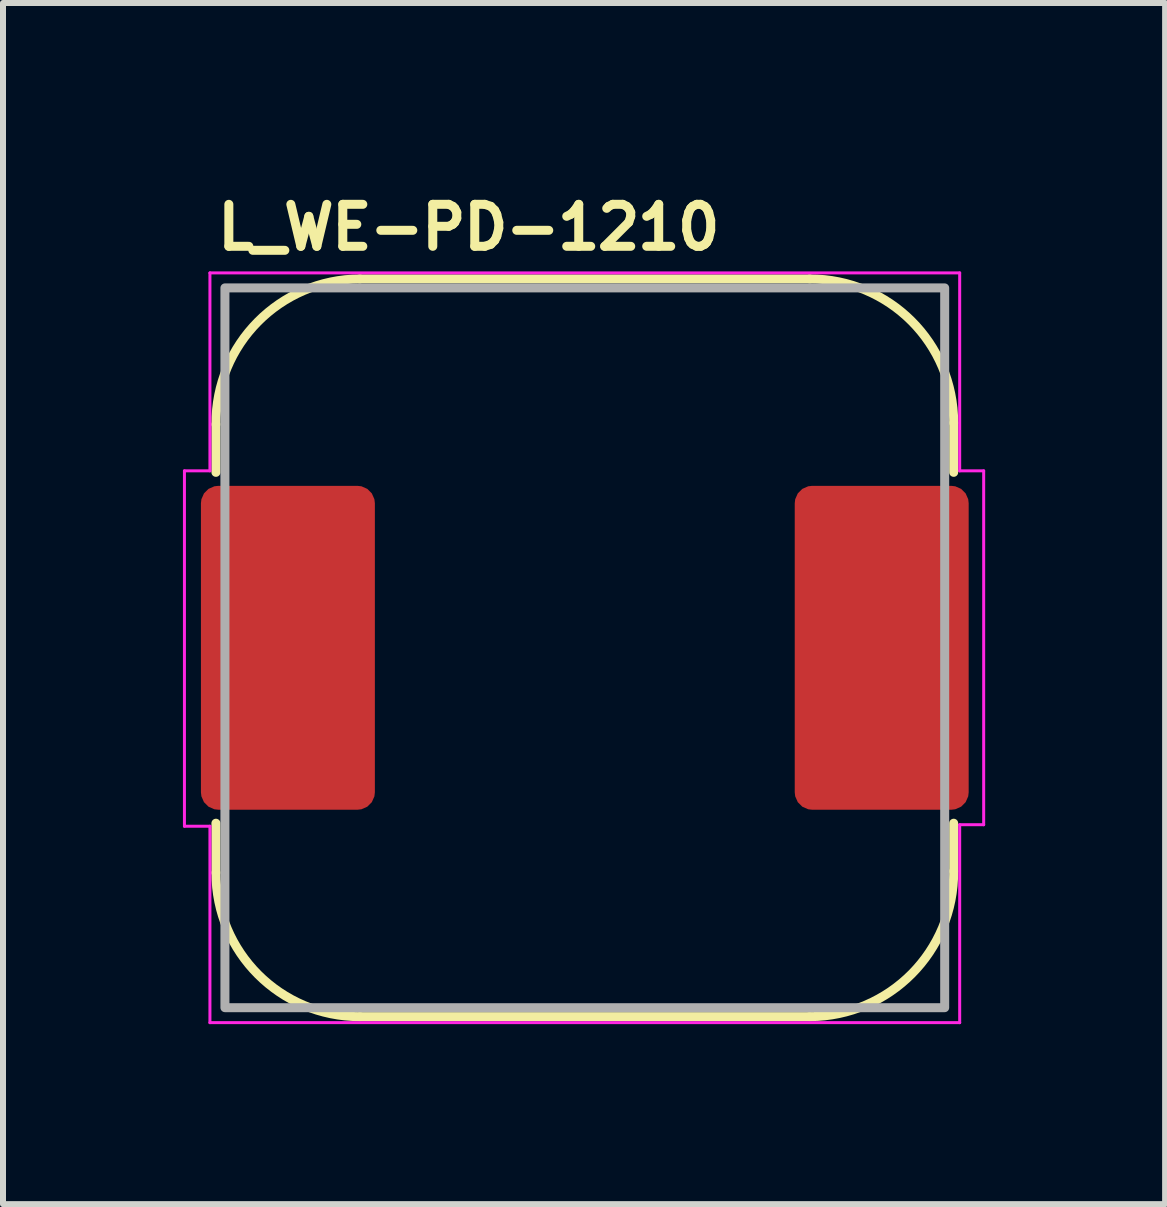
<source format=kicad_pcb>
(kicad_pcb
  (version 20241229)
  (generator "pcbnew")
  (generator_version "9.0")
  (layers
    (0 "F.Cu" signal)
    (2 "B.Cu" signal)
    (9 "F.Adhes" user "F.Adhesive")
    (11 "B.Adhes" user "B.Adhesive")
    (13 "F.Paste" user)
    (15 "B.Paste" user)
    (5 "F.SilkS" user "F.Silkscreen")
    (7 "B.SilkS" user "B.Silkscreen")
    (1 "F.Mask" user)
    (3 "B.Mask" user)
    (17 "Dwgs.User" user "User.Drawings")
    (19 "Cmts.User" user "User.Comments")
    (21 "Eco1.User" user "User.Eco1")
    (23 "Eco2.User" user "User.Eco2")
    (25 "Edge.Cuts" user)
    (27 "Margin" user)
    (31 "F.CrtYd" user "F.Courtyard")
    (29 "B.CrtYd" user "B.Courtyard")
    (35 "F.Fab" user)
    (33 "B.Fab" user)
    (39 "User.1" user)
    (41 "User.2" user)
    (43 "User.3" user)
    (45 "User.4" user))
  (footprint "L_WE-PD-1210"
    (layer "F.Cu")
    (at 6.7 7.75)
    (property "Reference" "L_WE-PD-1210" (at -6.2 -6.6 0) (layer "F.SilkS") (effects (font (size 0.7 0.7) (thickness 0.15)) (justify left bottom)))
    (attr smd)
    (fp_line (start -6.15 -3.725) (end -6.15 -2.925) (stroke (width 0.15) (type solid)) (layer "F.SilkS"))
    (fp_line (start -6.15 3.75) (end -6.15 2.925) (stroke (width 0.15) (type solid)) (layer "F.SilkS"))
    (fp_line (start -3.75 -6.15) (end 3.75 -6.15) (stroke (width 0.15) (type solid)) (layer "F.SilkS"))
    (fp_line (start 3.75 6.15) (end -3.75 6.15) (stroke (width 0.15) (type solid)) (layer "F.SilkS"))
    (fp_line (start 6.15 -3.75) (end 6.15 -2.925) (stroke (width 0.15) (type solid)) (layer "F.SilkS"))
    (fp_line (start 6.15 3.725) (end 6.15 2.925) (stroke (width 0.15) (type solid)) (layer "F.SilkS"))
    (fp_arc (start -6.15 -3.725) (mid -5.452234 -5.434556) (end -3.75 -6.15) (stroke (width 0.15) (type solid)) (layer "F.SilkS"))
    (fp_arc (start -3.75 6.15) (mid -5.447056 5.447056) (end -6.15 3.75) (stroke (width 0.15) (type solid)) (layer "F.SilkS"))
    (fp_arc (start 3.75 -6.15) (mid 5.447056 -5.447056) (end 6.15 -3.75) (stroke (width 0.15) (type solid)) (layer "F.SilkS"))
    (fp_arc (start 6.15 3.725) (mid 5.452234 5.434556) (end 3.75 6.15) (stroke (width 0.15) (type solid)) (layer "F.SilkS"))
    (fp_line (start -6.675 -2.95) (end -6.675 2.975) (stroke (width 0.05) (type solid)) (layer "F.CrtYd"))
    (fp_line (start -6.675 2.975) (end -6.25 2.975) (stroke (width 0.05) (type solid)) (layer "F.CrtYd"))
    (fp_line (start -6.25 -6.25) (end -6.25 -2.95) (stroke (width 0.05) (type solid)) (layer "F.CrtYd"))
    (fp_line (start -6.25 -2.95) (end -6.675 -2.95) (stroke (width 0.05) (type solid)) (layer "F.CrtYd"))
    (fp_line (start -6.25 2.975) (end -6.25 6.25) (stroke (width 0.05) (type solid)) (layer "F.CrtYd"))
    (fp_line (start -6.25 6.25) (end 6.25 6.25) (stroke (width 0.05) (type solid)) (layer "F.CrtYd"))
    (fp_line (start 6.25 -6.25) (end -6.25 -6.25) (stroke (width 0.05) (type solid)) (layer "F.CrtYd"))
    (fp_line (start 6.25 -2.95) (end 6.25 -6.25) (stroke (width 0.05) (type solid)) (layer "F.CrtYd"))
    (fp_line (start 6.25 2.95) (end 6.65 2.95) (stroke (width 0.05) (type solid)) (layer "F.CrtYd"))
    (fp_line (start 6.25 6.25) (end 6.25 2.95) (stroke (width 0.05) (type solid)) (layer "F.CrtYd"))
    (fp_line (start 6.65 -2.95) (end 6.25 -2.95) (stroke (width 0.05) (type solid)) (layer "F.CrtYd"))
    (fp_line (start 6.65 2.95) (end 6.65 -2.95) (stroke (width 0.05) (type solid)) (layer "F.CrtYd"))
    (fp_rect (start -6 -6) (end 6 6) (stroke (width 0.15) (type solid)) (fill no) (layer "F.Fab"))
    (fp_rect (start -6 -6) (end 6 6) (stroke (width 0.1) (type solid)) (fill no) (layer "User.5"))
    (fp_line (start -6 -3.75) (end -6 3.75) (stroke (width 0.02) (type solid)) (layer "User.9"))
    (fp_line (start -6 3.75) (end -5.997 3.861) (stroke (width 0.02) (type solid)) (layer "User.9"))
    (fp_line (start -5.997 -3.861) (end -6 -3.75) (stroke (width 0.02) (type solid)) (layer "User.9"))
    (fp_line (start -5.997 3.861) (end -5.988 3.972) (stroke (width 0.02) (type solid)) (layer "User.9"))
    (fp_line (start -5.988 -3.972) (end -5.997 -3.861) (stroke (width 0.02) (type solid)) (layer "User.9"))
    (fp_line (start -5.988 3.972) (end -5.974 4.081) (stroke (width 0.02) (type solid)) (layer "User.9"))
    (fp_line (start -5.974 -4.081) (end -5.988 -3.972) (stroke (width 0.02) (type solid)) (layer "User.9"))
    (fp_line (start -5.974 4.081) (end -5.956 4.191) (stroke (width 0.02) (type solid)) (layer "User.9"))
    (fp_line (start -5.956 -4.191) (end -5.974 -4.081) (stroke (width 0.02) (type solid)) (layer "User.9"))
    (fp_line (start -5.956 4.191) (end -5.932 4.298) (stroke (width 0.02) (type solid)) (layer "User.9"))
    (fp_line (start -5.932 -4.298) (end -5.956 -4.191) (stroke (width 0.02) (type solid)) (layer "User.9"))
    (fp_line (start -5.932 4.298) (end -5.902 4.404) (stroke (width 0.02) (type solid)) (layer "User.9"))
    (fp_line (start -5.902 -4.404) (end -5.932 -4.298) (stroke (width 0.02) (type solid)) (layer "User.9"))
    (fp_line (start -5.902 4.404) (end -5.868 4.508) (stroke (width 0.02) (type solid)) (layer "User.9"))
    (fp_line (start -5.868 -4.508) (end -5.902 -4.404) (stroke (width 0.02) (type solid)) (layer "User.9"))
    (fp_line (start -5.868 4.508) (end -5.828 4.611) (stroke (width 0.02) (type solid)) (layer "User.9"))
    (fp_line (start -5.828 -4.611) (end -5.868 -4.508) (stroke (width 0.02) (type solid)) (layer "User.9"))
    (fp_line (start -5.828 4.611) (end -5.784 4.711) (stroke (width 0.02) (type solid)) (layer "User.9"))
    (fp_line (start -5.784 -4.711) (end -5.828 -4.611) (stroke (width 0.02) (type solid)) (layer "User.9"))
    (fp_line (start -5.784 4.711) (end -5.734 4.809) (stroke (width 0.02) (type solid)) (layer "User.9"))
    (fp_line (start -5.734 -4.809) (end -5.784 -4.711) (stroke (width 0.02) (type solid)) (layer "User.9"))
    (fp_line (start -5.734 4.809) (end -5.68 4.905) (stroke (width 0.02) (type solid)) (layer "User.9"))
    (fp_line (start -5.68 -4.905) (end -5.734 -4.809) (stroke (width 0.02) (type solid)) (layer "User.9"))
    (fp_line (start -5.68 4.905) (end -5.621 4.998) (stroke (width 0.02) (type solid)) (layer "User.9"))
    (fp_line (start -5.621 -4.998) (end -5.68 -4.905) (stroke (width 0.02) (type solid)) (layer "User.9"))
    (fp_line (start -5.621 4.998) (end -5.558 5.088) (stroke (width 0.02) (type solid)) (layer "User.9"))
    (fp_line (start -5.558 -5.088) (end -5.621 -4.998) (stroke (width 0.02) (type solid)) (layer "User.9"))
    (fp_line (start -5.558 5.088) (end -5.49 5.175) (stroke (width 0.02) (type solid)) (layer "User.9"))
    (fp_line (start -5.49 -5.175) (end -5.558 -5.088) (stroke (width 0.02) (type solid)) (layer "User.9"))
    (fp_line (start -5.49 5.175) (end -5.417 5.26) (stroke (width 0.02) (type solid)) (layer "User.9"))
    (fp_line (start -5.417 -5.26) (end -5.49 -5.175) (stroke (width 0.02) (type solid)) (layer "User.9"))
    (fp_line (start -5.417 5.26) (end -5.34 5.34) (stroke (width 0.02) (type solid)) (layer "User.9"))
    (fp_line (start -5.34 -5.34) (end -5.417 -5.26) (stroke (width 0.02) (type solid)) (layer "User.9"))
    (fp_line (start -5.34 5.34) (end -5.26 5.417) (stroke (width 0.02) (type solid)) (layer "User.9"))
    (fp_line (start -5.299 0) (end -5.288 0.345) (stroke (width 0.02) (type solid)) (layer "User.9"))
    (fp_line (start -5.288 -0.345) (end -5.299 0) (stroke (width 0.02) (type solid)) (layer "User.9"))
    (fp_line (start -5.288 0.345) (end -5.253 0.692) (stroke (width 0.02) (type solid)) (layer "User.9"))
    (fp_line (start -5.26 -5.417) (end -5.34 -5.34) (stroke (width 0.02) (type solid)) (layer "User.9"))
    (fp_line (start -5.26 5.417) (end -5.175 5.49) (stroke (width 0.02) (type solid)) (layer "User.9"))
    (fp_line (start -5.253 -0.692) (end -5.288 -0.345) (stroke (width 0.02) (type solid)) (layer "User.9"))
    (fp_line (start -5.253 0.692) (end -5.197 1.038) (stroke (width 0.02) (type solid)) (layer "User.9"))
    (fp_line (start -5.197 -1.038) (end -5.253 -0.692) (stroke (width 0.02) (type solid)) (layer "User.9"))
    (fp_line (start -5.197 1.038) (end -5.117 1.377) (stroke (width 0.02) (type solid)) (layer "User.9"))
    (fp_line (start -5.175 -5.49) (end -5.26 -5.417) (stroke (width 0.02) (type solid)) (layer "User.9"))
    (fp_line (start -5.175 5.49) (end -5.088 5.558) (stroke (width 0.02) (type solid)) (layer "User.9"))
    (fp_line (start -5.117 -1.377) (end -5.197 -1.038) (stroke (width 0.02) (type solid)) (layer "User.9"))
    (fp_line (start -5.117 1.377) (end -5.015 1.714) (stroke (width 0.02) (type solid)) (layer "User.9"))
    (fp_line (start -5.088 -5.558) (end -5.175 -5.49) (stroke (width 0.02) (type solid)) (layer "User.9"))
    (fp_line (start -5.088 5.558) (end -4.998 5.621) (stroke (width 0.02) (type solid)) (layer "User.9"))
    (fp_line (start -5.015 -1.714) (end -5.117 -1.377) (stroke (width 0.02) (type solid)) (layer "User.9"))
    (fp_line (start -5.015 1.714) (end -4.889 2.044) (stroke (width 0.02) (type solid)) (layer "User.9"))
    (fp_line (start -4.998 -5.621) (end -5.088 -5.558) (stroke (width 0.02) (type solid)) (layer "User.9"))
    (fp_line (start -4.998 5.621) (end -4.905 5.68) (stroke (width 0.02) (type solid)) (layer "User.9"))
    (fp_line (start -4.95 0) (end -4.942 0.254) (stroke (width 0.02) (type solid)) (layer "User.9"))
    (fp_line (start -4.947 -3.749) (end -4.946 -3.69) (stroke (width 0.02) (type solid)) (layer "User.9"))
    (fp_line (start -4.947 3.749) (end -4.945 3.806) (stroke (width 0.02) (type solid)) (layer "User.9"))
    (fp_line (start -4.946 -3.69) (end -4.942 -3.634) (stroke (width 0.02) (type solid)) (layer "User.9"))
    (fp_line (start -4.946 3.69) (end -4.947 3.749) (stroke (width 0.02) (type solid)) (layer "User.9"))
    (fp_line (start -4.945 -3.806) (end -4.947 -3.749) (stroke (width 0.02) (type solid)) (layer "User.9"))
    (fp_line (start -4.945 3.806) (end -4.941 3.863) (stroke (width 0.02) (type solid)) (layer "User.9"))
    (fp_line (start -4.942 -3.634) (end -4.934 -3.577) (stroke (width 0.02) (type solid)) (layer "User.9"))
    (fp_line (start -4.942 -0.254) (end -4.95 0) (stroke (width 0.02) (type solid)) (layer "User.9"))
    (fp_line (start -4.942 0.254) (end -4.924 0.506) (stroke (width 0.02) (type solid)) (layer "User.9"))
    (fp_line (start -4.942 3.634) (end -4.946 3.69) (stroke (width 0.02) (type solid)) (layer "User.9"))
    (fp_line (start -4.941 -3.863) (end -4.945 -3.806) (stroke (width 0.02) (type solid)) (layer "User.9"))
    (fp_line (start -4.941 3.863) (end -4.934 3.92) (stroke (width 0.02) (type solid)) (layer "User.9"))
    (fp_line (start -4.934 -3.92) (end -4.941 -3.863) (stroke (width 0.02) (type solid)) (layer "User.9"))
    (fp_line (start -4.934 -3.577) (end -4.925 -3.52) (stroke (width 0.02) (type solid)) (layer "User.9"))
    (fp_line (start -4.934 3.577) (end -4.942 3.634) (stroke (width 0.02) (type solid)) (layer "User.9"))
    (fp_line (start -4.934 3.92) (end -4.925 3.977) (stroke (width 0.02) (type solid)) (layer "User.9"))
    (fp_line (start -4.925 -3.977) (end -4.934 -3.92) (stroke (width 0.02) (type solid)) (layer "User.9"))
    (fp_line (start -4.925 -3.52) (end -4.913 -3.463) (stroke (width 0.02) (type solid)) (layer "User.9"))
    (fp_line (start -4.925 3.52) (end -4.934 3.577) (stroke (width 0.02) (type solid)) (layer "User.9"))
    (fp_line (start -4.925 3.977) (end -4.912 4.033) (stroke (width 0.02) (type solid)) (layer "User.9"))
    (fp_line (start -4.924 -0.506) (end -4.942 -0.254) (stroke (width 0.02) (type solid)) (layer "User.9"))
    (fp_line (start -4.924 0.506) (end -4.892 0.753) (stroke (width 0.02) (type solid)) (layer "User.9"))
    (fp_line (start -4.913 -3.463) (end -4.898 -3.407) (stroke (width 0.02) (type solid)) (layer "User.9"))
    (fp_line (start -4.913 3.463) (end -4.925 3.52) (stroke (width 0.02) (type solid)) (layer "User.9"))
    (fp_line (start -4.912 -4.033) (end -4.925 -3.977) (stroke (width 0.02) (type solid)) (layer "User.9"))
    (fp_line (start -4.912 4.033) (end -4.897 4.09) (stroke (width 0.02) (type solid)) (layer "User.9"))
    (fp_line (start -4.905 -5.68) (end -4.998 -5.621) (stroke (width 0.02) (type solid)) (layer "User.9"))
    (fp_line (start -4.905 5.68) (end -4.809 5.734) (stroke (width 0.02) (type solid)) (layer "User.9"))
    (fp_line (start -4.898 -3.407) (end -4.88 -3.352) (stroke (width 0.02) (type solid)) (layer "User.9"))
    (fp_line (start -4.898 3.407) (end -4.913 3.463) (stroke (width 0.02) (type solid)) (layer "User.9"))
    (fp_line (start -4.897 -4.09) (end -4.912 -4.033) (stroke (width 0.02) (type solid)) (layer "User.9"))
    (fp_line (start -4.897 4.09) (end -4.878 4.144) (stroke (width 0.02) (type solid)) (layer "User.9"))
    (fp_line (start -4.892 -0.753) (end -4.924 -0.506) (stroke (width 0.02) (type solid)) (layer "User.9"))
    (fp_line (start -4.892 0.753) (end -4.849 0.997) (stroke (width 0.02) (type solid)) (layer "User.9"))
    (fp_line (start -4.889 -2.044) (end -5.015 -1.714) (stroke (width 0.02) (type solid)) (layer "User.9"))
    (fp_line (start -4.889 2.044) (end -4.741 2.368) (stroke (width 0.02) (type solid)) (layer "User.9"))
    (fp_line (start -4.88 -3.352) (end -4.86 -3.298) (stroke (width 0.02) (type solid)) (layer "User.9"))
    (fp_line (start -4.88 3.352) (end -4.898 3.407) (stroke (width 0.02) (type solid)) (layer "User.9"))
    (fp_line (start -4.878 -4.144) (end -4.897 -4.09) (stroke (width 0.02) (type solid)) (layer "User.9"))
    (fp_line (start -4.878 4.144) (end -4.859 4.199) (stroke (width 0.02) (type solid)) (layer "User.9"))
    (fp_line (start -4.86 -3.298) (end -4.837 -3.244) (stroke (width 0.02) (type solid)) (layer "User.9"))
    (fp_line (start -4.86 3.298) (end -4.88 3.352) (stroke (width 0.02) (type solid)) (layer "User.9"))
    (fp_line (start -4.859 -4.199) (end -4.878 -4.144) (stroke (width 0.02) (type solid)) (layer "User.9"))
    (fp_line (start -4.859 4.199) (end -4.835 4.253) (stroke (width 0.02) (type solid)) (layer "User.9"))
    (fp_line (start -4.849 -0.997) (end -4.892 -0.753) (stroke (width 0.02) (type solid)) (layer "User.9"))
    (fp_line (start -4.849 0.997) (end -4.793 1.237) (stroke (width 0.02) (type solid)) (layer "User.9"))
    (fp_line (start -4.837 -3.244) (end -4.811 -3.19) (stroke (width 0.02) (type solid)) (layer "User.9"))
    (fp_line (start -4.837 3.244) (end -4.86 3.298) (stroke (width 0.02) (type solid)) (layer "User.9"))
    (fp_line (start -4.835 -4.253) (end -4.859 -4.199) (stroke (width 0.02) (type solid)) (layer "User.9"))
    (fp_line (start -4.835 4.253) (end -4.809 4.306) (stroke (width 0.02) (type solid)) (layer "User.9"))
    (fp_line (start -4.811 -3.19) (end -4.782 -3.14) (stroke (width 0.02) (type solid)) (layer "User.9"))
    (fp_line (start -4.811 3.19) (end -4.837 3.244) (stroke (width 0.02) (type solid)) (layer "User.9"))
    (fp_line (start -4.809 -5.734) (end -4.905 -5.68) (stroke (width 0.02) (type solid)) (layer "User.9"))
    (fp_line (start -4.809 -4.306) (end -4.835 -4.253) (stroke (width 0.02) (type solid)) (layer "User.9"))
    (fp_line (start -4.809 4.306) (end -4.781 4.357) (stroke (width 0.02) (type solid)) (layer "User.9"))
    (fp_line (start -4.809 5.734) (end -4.711 5.784) (stroke (width 0.02) (type solid)) (layer "User.9"))
    (fp_line (start -4.793 -1.237) (end -4.849 -0.997) (stroke (width 0.02) (type solid)) (layer "User.9"))
    (fp_line (start -4.793 1.237) (end -4.727 1.471) (stroke (width 0.02) (type solid)) (layer "User.9"))
    (fp_line (start -4.782 -3.14) (end -4.751 -3.089) (stroke (width 0.02) (type solid)) (layer "User.9"))
    (fp_line (start -4.782 3.14) (end -4.811 3.19) (stroke (width 0.02) (type solid)) (layer "User.9"))
    (fp_line (start -4.781 -4.357) (end -4.809 -4.306) (stroke (width 0.02) (type solid)) (layer "User.9"))
    (fp_line (start -4.781 4.357) (end -4.749 4.408) (stroke (width 0.02) (type solid)) (layer "User.9"))
    (fp_line (start -4.751 -3.089) (end -4.716 -3.04) (stroke (width 0.02) (type solid)) (layer "User.9"))
    (fp_line (start -4.751 3.089) (end -4.782 3.14) (stroke (width 0.02) (type solid)) (layer "User.9"))
    (fp_line (start -4.749 -4.408) (end -4.781 -4.357) (stroke (width 0.02) (type solid)) (layer "User.9"))
    (fp_line (start -4.749 4.408) (end -4.715 4.457) (stroke (width 0.02) (type solid)) (layer "User.9"))
    (fp_line (start -4.741 -2.368) (end -4.889 -2.044) (stroke (width 0.02) (type solid)) (layer "User.9"))
    (fp_line (start -4.741 2.368) (end -4.57 2.683) (stroke (width 0.02) (type solid)) (layer "User.9"))
    (fp_line (start -4.74 0) (end -4.733 0.243) (stroke (width 0.02) (type solid)) (layer "User.9"))
    (fp_line (start -4.733 -0.243) (end -4.74 0) (stroke (width 0.02) (type solid)) (layer "User.9"))
    (fp_line (start -4.733 0.243) (end -4.715 0.484) (stroke (width 0.02) (type solid)) (layer "User.9"))
    (fp_line (start -4.727 -1.471) (end -4.793 -1.237) (stroke (width 0.02) (type solid)) (layer "User.9"))
    (fp_line (start -4.727 1.471) (end -4.649 1.701) (stroke (width 0.02) (type solid)) (layer "User.9"))
    (fp_line (start -4.716 -3.04) (end -4.68 -2.992) (stroke (width 0.02) (type solid)) (layer "User.9"))
    (fp_line (start -4.716 3.04) (end -4.751 3.089) (stroke (width 0.02) (type solid)) (layer "User.9"))
    (fp_line (start -4.715 -4.457) (end -4.749 -4.408) (stroke (width 0.02) (type solid)) (layer "User.9"))
    (fp_line (start -4.715 -0.484) (end -4.733 -0.243) (stroke (width 0.02) (type solid)) (layer "User.9"))
    (fp_line (start -4.715 0.484) (end -4.684 0.721) (stroke (width 0.02) (type solid)) (layer "User.9"))
    (fp_line (start -4.715 4.457) (end -4.678 4.503) (stroke (width 0.02) (type solid)) (layer "User.9"))
    (fp_line (start -4.711 -5.784) (end -4.809 -5.734) (stroke (width 0.02) (type solid)) (layer "User.9"))
    (fp_line (start -4.711 5.784) (end -4.611 5.828) (stroke (width 0.02) (type solid)) (layer "User.9"))
    (fp_line (start -4.684 -0.721) (end -4.715 -0.484) (stroke (width 0.02) (type solid)) (layer "User.9"))
    (fp_line (start -4.684 0.721) (end -4.643 0.953) (stroke (width 0.02) (type solid)) (layer "User.9"))
    (fp_line (start -4.68 -2.992) (end -4.64 -2.946) (stroke (width 0.02) (type solid)) (layer "User.9"))
    (fp_line (start -4.68 2.992) (end -4.716 3.04) (stroke (width 0.02) (type solid)) (layer "User.9"))
    (fp_line (start -4.678 -4.503) (end -4.715 -4.457) (stroke (width 0.02) (type solid)) (layer "User.9"))
    (fp_line (start -4.678 4.503) (end -4.638 4.551) (stroke (width 0.02) (type solid)) (layer "User.9"))
    (fp_line (start -4.649 -1.701) (end -4.727 -1.471) (stroke (width 0.02) (type solid)) (layer "User.9"))
    (fp_line (start -4.649 1.701) (end -4.561 1.926) (stroke (width 0.02) (type solid)) (layer "User.9"))
    (fp_line (start -4.643 -0.953) (end -4.684 -0.721) (stroke (width 0.02) (type solid)) (layer "User.9"))
    (fp_line (start -4.643 0.953) (end -4.59 1.184) (stroke (width 0.02) (type solid)) (layer "User.9"))
    (fp_line (start -4.64 -2.946) (end -4.598 -2.9) (stroke (width 0.02) (type solid)) (layer "User.9"))
    (fp_line (start -4.64 2.946) (end -4.68 2.992) (stroke (width 0.02) (type solid)) (layer "User.9"))
    (fp_line (start -4.638 -4.551) (end -4.678 -4.503) (stroke (width 0.02) (type solid)) (layer "User.9"))
    (fp_line (start -4.638 4.551) (end -4.595 4.595) (stroke (width 0.02) (type solid)) (layer "User.9"))
    (fp_line (start -4.611 -5.828) (end -4.711 -5.784) (stroke (width 0.02) (type solid)) (layer "User.9"))
    (fp_line (start -4.611 5.828) (end -4.508 5.868) (stroke (width 0.02) (type solid)) (layer "User.9"))
    (fp_line (start -4.598 2.9) (end -4.64 2.946) (stroke (width 0.02) (type solid)) (layer "User.9"))
    (fp_line (start -4.598 2.9) (end -4.593 2.895) (stroke (width 0.02) (type solid)) (layer "User.9"))
    (fp_line (start -4.595 -4.595) (end -4.638 -4.551) (stroke (width 0.02) (type solid)) (layer "User.9"))
    (fp_line (start -4.595 4.595) (end -4.551 4.638) (stroke (width 0.02) (type solid)) (layer "User.9"))
    (fp_line (start -4.593 2.895) (end -4.588 2.89) (stroke (width 0.02) (type solid)) (layer "User.9"))
    (fp_line (start -4.59 -1.184) (end -4.643 -0.953) (stroke (width 0.02) (type solid)) (layer "User.9"))
    (fp_line (start -4.59 1.184) (end -4.526 1.409) (stroke (width 0.02) (type solid)) (layer "User.9"))
    (fp_line (start -4.588 -2.89) (end -4.598 -2.9) (stroke (width 0.02) (type solid)) (layer "User.9"))
    (fp_line (start -4.588 2.89) (end -4.583 2.884) (stroke (width 0.02) (type solid)) (layer "User.9"))
    (fp_line (start -4.583 2.884) (end -4.578 2.878) (stroke (width 0.02) (type solid)) (layer "User.9"))
    (fp_line (start -4.578 -2.878) (end -4.588 -2.89) (stroke (width 0.02) (type solid)) (layer "User.9"))
    (fp_line (start -4.578 2.878) (end -4.574 2.871) (stroke (width 0.02) (type solid)) (layer "User.9"))
    (fp_line (start -4.574 2.871) (end -4.57 2.865) (stroke (width 0.02) (type solid)) (layer "User.9"))
    (fp_line (start -4.57 -2.865) (end -4.578 -2.878) (stroke (width 0.02) (type solid)) (layer "User.9"))
    (fp_line (start -4.57 -2.683) (end -4.741 -2.368) (stroke (width 0.02) (type solid)) (layer "User.9"))
    (fp_line (start -4.57 -2.683) (end -4.563 -2.696) (stroke (width 0.02) (type solid)) (layer "User.9"))
    (fp_line (start -4.57 2.865) (end -4.567 2.859) (stroke (width 0.02) (type solid)) (layer "User.9"))
    (fp_line (start -4.567 2.859) (end -4.563 2.852) (stroke (width 0.02) (type solid)) (layer "User.9"))
    (fp_line (start -4.566 2.689) (end -4.57 2.683) (stroke (width 0.02) (type solid)) (layer "User.9"))
    (fp_line (start -4.563 -2.852) (end -4.57 -2.865) (stroke (width 0.02) (type solid)) (layer "User.9"))
    (fp_line (start -4.563 -2.696) (end -4.557 -2.71) (stroke (width 0.02) (type solid)) (layer "User.9"))
    (fp_line (start -4.563 2.696) (end -4.566 2.689) (stroke (width 0.02) (type solid)) (layer "User.9"))
    (fp_line (start -4.563 2.852) (end -4.559 2.845) (stroke (width 0.02) (type solid)) (layer "User.9"))
    (fp_line (start -4.561 -1.926) (end -4.649 -1.701) (stroke (width 0.02) (type solid)) (layer "User.9"))
    (fp_line (start -4.561 1.926) (end -4.461 2.146) (stroke (width 0.02) (type solid)) (layer "User.9"))
    (fp_line (start -4.559 2.703) (end -4.563 2.696) (stroke (width 0.02) (type solid)) (layer "User.9"))
    (fp_line (start -4.559 2.845) (end -4.557 2.839) (stroke (width 0.02) (type solid)) (layer "User.9"))
    (fp_line (start -4.557 -2.839) (end -4.563 -2.852) (stroke (width 0.02) (type solid)) (layer "User.9"))
    (fp_line (start -4.557 -2.71) (end -4.551 -2.724) (stroke (width 0.02) (type solid)) (layer "User.9"))
    (fp_line (start -4.557 2.71) (end -4.559 2.703) (stroke (width 0.02) (type solid)) (layer "User.9"))
    (fp_line (start -4.557 2.839) (end -4.555 2.832) (stroke (width 0.02) (type solid)) (layer "User.9"))
    (fp_line (start -4.555 2.717) (end -4.557 2.71) (stroke (width 0.02) (type solid)) (layer "User.9"))
    (fp_line (start -4.555 2.832) (end -4.553 2.825) (stroke (width 0.02) (type solid)) (layer "User.9"))
    (fp_line (start -4.553 -2.825) (end -4.557 -2.839) (stroke (width 0.02) (type solid)) (layer "User.9"))
    (fp_line (start -4.553 2.825) (end -4.549 2.811) (stroke (width 0.02) (type solid)) (layer "User.9"))
    (fp_line (start -4.551 -4.638) (end -4.595 -4.595) (stroke (width 0.02) (type solid)) (layer "User.9"))
    (fp_line (start -4.551 -2.724) (end -4.549 -2.738) (stroke (width 0.02) (type solid)) (layer "User.9"))
    (fp_line (start -4.551 2.724) (end -4.555 2.717) (stroke (width 0.02) (type solid)) (layer "User.9"))
    (fp_line (start -4.551 4.638) (end -4.503 4.678) (stroke (width 0.02) (type solid)) (layer "User.9"))
    (fp_line (start -4.55 2.731) (end -4.551 2.724) (stroke (width 0.02) (type solid)) (layer "User.9"))
    (fp_line (start -4.549 -2.811) (end -4.553 -2.825) (stroke (width 0.02) (type solid)) (layer "User.9"))
    (fp_line (start -4.549 -2.738) (end -4.547 -2.753) (stroke (width 0.02) (type solid)) (layer "User.9"))
    (fp_line (start -4.549 2.738) (end -4.55 2.731) (stroke (width 0.02) (type solid)) (layer "User.9"))
    (fp_line (start -4.549 2.811) (end -4.547 2.795) (stroke (width 0.02) (type solid)) (layer "User.9"))
    (fp_line (start -4.548 2.746) (end -4.549 2.738) (stroke (width 0.02) (type solid)) (layer "User.9"))
    (fp_line (start -4.547 -2.795) (end -4.549 -2.811) (stroke (width 0.02) (type solid)) (layer "User.9"))
    (fp_line (start -4.547 -2.753) (end -4.545 -2.767) (stroke (width 0.02) (type solid)) (layer "User.9"))
    (fp_line (start -4.547 2.753) (end -4.548 2.746) (stroke (width 0.02) (type solid)) (layer "User.9"))
    (fp_line (start -4.547 2.795) (end -4.546 2.782) (stroke (width 0.02) (type solid)) (layer "User.9"))
    (fp_line (start -4.546 -2.782) (end -4.547 -2.795) (stroke (width 0.02) (type solid)) (layer "User.9"))
    (fp_line (start -4.546 2.759) (end -4.547 2.753) (stroke (width 0.02) (type solid)) (layer "User.9"))
    (fp_line (start -4.546 2.782) (end -4.545 2.767) (stroke (width 0.02) (type solid)) (layer "User.9"))
    (fp_line (start -4.545 -2.767) (end -4.546 -2.782) (stroke (width 0.02) (type solid)) (layer "User.9"))
    (fp_line (start -4.545 2.767) (end -4.546 2.759) (stroke (width 0.02) (type solid)) (layer "User.9"))
    (fp_line (start -4.53 0) (end -4.524 0.233) (stroke (width 0.02) (type solid)) (layer "User.9"))
    (fp_line (start -4.526 -1.409) (end -4.59 -1.184) (stroke (width 0.02) (type solid)) (layer "User.9"))
    (fp_line (start -4.526 1.409) (end -4.452 1.629) (stroke (width 0.02) (type solid)) (layer "User.9"))
    (fp_line (start -4.524 -0.233) (end -4.53 0) (stroke (width 0.02) (type solid)) (layer "User.9"))
    (fp_line (start -4.524 0.233) (end -4.506 0.463) (stroke (width 0.02) (type solid)) (layer "User.9"))
    (fp_line (start -4.508 -5.868) (end -4.611 -5.828) (stroke (width 0.02) (type solid)) (layer "User.9"))
    (fp_line (start -4.508 5.868) (end -4.404 5.902) (stroke (width 0.02) (type solid)) (layer "User.9"))
    (fp_line (start -4.506 -0.463) (end -4.524 -0.233) (stroke (width 0.02) (type solid)) (layer "User.9"))
    (fp_line (start -4.506 0.463) (end -4.477 0.687) (stroke (width 0.02) (type solid)) (layer "User.9"))
    (fp_line (start -4.503 -4.678) (end -4.551 -4.638) (stroke (width 0.02) (type solid)) (layer "User.9"))
    (fp_line (start -4.503 4.678) (end -4.457 4.715) (stroke (width 0.02) (type solid)) (layer "User.9"))
    (fp_line (start -4.477 -0.687) (end -4.506 -0.463) (stroke (width 0.02) (type solid)) (layer "User.9"))
    (fp_line (start -4.477 0.687) (end -4.437 0.912) (stroke (width 0.02) (type solid)) (layer "User.9"))
    (fp_line (start -4.461 -2.146) (end -4.561 -1.926) (stroke (width 0.02) (type solid)) (layer "User.9"))
    (fp_line (start -4.461 2.146) (end -4.352 2.359) (stroke (width 0.02) (type solid)) (layer "User.9"))
    (fp_line (start -4.457 -4.715) (end -4.503 -4.678) (stroke (width 0.02) (type solid)) (layer "User.9"))
    (fp_line (start -4.457 4.715) (end -4.408 4.749) (stroke (width 0.02) (type solid)) (layer "User.9"))
    (fp_line (start -4.452 -1.629) (end -4.526 -1.409) (stroke (width 0.02) (type solid)) (layer "User.9"))
    (fp_line (start -4.452 1.629) (end -4.367 1.845) (stroke (width 0.02) (type solid)) (layer "User.9"))
    (fp_line (start -4.437 -0.912) (end -4.477 -0.687) (stroke (width 0.02) (type solid)) (layer "User.9"))
    (fp_line (start -4.437 0.912) (end -4.386 1.131) (stroke (width 0.02) (type solid)) (layer "User.9"))
    (fp_line (start -4.408 -4.749) (end -4.457 -4.715) (stroke (width 0.02) (type solid)) (layer "User.9"))
    (fp_line (start -4.408 4.749) (end -4.357 4.781) (stroke (width 0.02) (type solid)) (layer "User.9"))
    (fp_line (start -4.404 -5.902) (end -4.508 -5.868) (stroke (width 0.02) (type solid)) (layer "User.9"))
    (fp_line (start -4.404 5.902) (end -4.298 5.932) (stroke (width 0.02) (type solid)) (layer "User.9"))
    (fp_line (start -4.386 -1.131) (end -4.437 -0.912) (stroke (width 0.02) (type solid)) (layer "User.9"))
    (fp_line (start -4.386 1.131) (end -4.325 1.347) (stroke (width 0.02) (type solid)) (layer "User.9"))
    (fp_line (start -4.367 -1.845) (end -4.452 -1.629) (stroke (width 0.02) (type solid)) (layer "User.9"))
    (fp_line (start -4.367 1.845) (end -4.272 2.054) (stroke (width 0.02) (type solid)) (layer "User.9"))
    (fp_line (start -4.357 -4.781) (end -4.408 -4.749) (stroke (width 0.02) (type solid)) (layer "User.9"))
    (fp_line (start -4.357 4.781) (end -4.306 4.809) (stroke (width 0.02) (type solid)) (layer "User.9"))
    (fp_line (start -4.352 -2.359) (end -4.461 -2.146) (stroke (width 0.02) (type solid)) (layer "User.9"))
    (fp_line (start -4.352 2.359) (end -4.233 2.566) (stroke (width 0.02) (type solid)) (layer "User.9"))
    (fp_line (start -4.325 -1.347) (end -4.386 -1.131) (stroke (width 0.02) (type solid)) (layer "User.9"))
    (fp_line (start -4.325 1.347) (end -4.255 1.557) (stroke (width 0.02) (type solid)) (layer "User.9"))
    (fp_line (start -4.306 -4.809) (end -4.357 -4.781) (stroke (width 0.02) (type solid)) (layer "User.9"))
    (fp_line (start -4.306 4.809) (end -4.253 4.835) (stroke (width 0.02) (type solid)) (layer "User.9"))
    (fp_line (start -4.298 -5.932) (end -4.404 -5.902) (stroke (width 0.02) (type solid)) (layer "User.9"))
    (fp_line (start -4.298 5.932) (end -4.191 5.956) (stroke (width 0.02) (type solid)) (layer "User.9"))
    (fp_line (start -4.272 -2.054) (end -4.367 -1.845) (stroke (width 0.02) (type solid)) (layer "User.9"))
    (fp_line (start -4.272 2.054) (end -4.167 2.259) (stroke (width 0.02) (type solid)) (layer "User.9"))
    (fp_line (start -4.255 -1.557) (end -4.325 -1.347) (stroke (width 0.02) (type solid)) (layer "User.9"))
    (fp_line (start -4.255 1.557) (end -4.174 1.762) (stroke (width 0.02) (type solid)) (layer "User.9"))
    (fp_line (start -4.253 -4.835) (end -4.306 -4.809) (stroke (width 0.02) (type solid)) (layer "User.9"))
    (fp_line (start -4.253 4.835) (end -4.199 4.859) (stroke (width 0.02) (type solid)) (layer "User.9"))
    (fp_line (start -4.233 -2.566) (end -4.352 -2.359) (stroke (width 0.02) (type solid)) (layer "User.9"))
    (fp_line (start -4.233 2.566) (end -4.104 2.767) (stroke (width 0.02) (type solid)) (layer "User.9"))
    (fp_line (start -4.199 -4.859) (end -4.253 -4.835) (stroke (width 0.02) (type solid)) (layer "User.9"))
    (fp_line (start -4.199 4.859) (end -4.144 4.878) (stroke (width 0.02) (type solid)) (layer "User.9"))
    (fp_line (start -4.191 -5.956) (end -4.298 -5.932) (stroke (width 0.02) (type solid)) (layer "User.9"))
    (fp_line (start -4.191 5.956) (end -4.081 5.974) (stroke (width 0.02) (type solid)) (layer "User.9"))
    (fp_line (start -4.174 -1.762) (end -4.255 -1.557) (stroke (width 0.02) (type solid)) (layer "User.9"))
    (fp_line (start -4.174 1.762) (end -4.083 1.963) (stroke (width 0.02) (type solid)) (layer "User.9"))
    (fp_line (start -4.167 -2.259) (end -4.272 -2.054) (stroke (width 0.02) (type solid)) (layer "User.9"))
    (fp_line (start -4.167 2.259) (end -4.053 2.457) (stroke (width 0.02) (type solid)) (layer "User.9"))
    (fp_line (start -4.144 -4.878) (end -4.199 -4.859) (stroke (width 0.02) (type solid)) (layer "User.9"))
    (fp_line (start -4.144 4.878) (end -4.09 4.897) (stroke (width 0.02) (type solid)) (layer "User.9"))
    (fp_line (start -4.104 -2.767) (end -4.233 -2.566) (stroke (width 0.02) (type solid)) (layer "User.9"))
    (fp_line (start -4.104 2.767) (end -3.966 2.961) (stroke (width 0.02) (type solid)) (layer "User.9"))
    (fp_line (start -4.09 -4.897) (end -4.144 -4.878) (stroke (width 0.02) (type solid)) (layer "User.9"))
    (fp_line (start -4.09 4.897) (end -4.033 4.912) (stroke (width 0.02) (type solid)) (layer "User.9"))
    (fp_line (start -4.083 -1.963) (end -4.174 -1.762) (stroke (width 0.02) (type solid)) (layer "User.9"))
    (fp_line (start -4.083 1.963) (end -3.983 2.158) (stroke (width 0.02) (type solid)) (layer "User.9"))
    (fp_line (start -4.081 -5.974) (end -4.191 -5.956) (stroke (width 0.02) (type solid)) (layer "User.9"))
    (fp_line (start -4.081 5.974) (end -3.972 5.988) (stroke (width 0.02) (type solid)) (layer "User.9"))
    (fp_line (start -4.053 -2.457) (end -4.167 -2.259) (stroke (width 0.02) (type solid)) (layer "User.9"))
    (fp_line (start -4.053 2.457) (end -3.93 2.65) (stroke (width 0.02) (type solid)) (layer "User.9"))
    (fp_line (start -4.033 -4.912) (end -4.09 -4.897) (stroke (width 0.02) (type solid)) (layer "User.9"))
    (fp_line (start -4.033 4.912) (end -3.977 4.925) (stroke (width 0.02) (type solid)) (layer "User.9"))
    (fp_line (start -3.983 -2.158) (end -4.083 -1.963) (stroke (width 0.02) (type solid)) (layer "User.9"))
    (fp_line (start -3.983 2.158) (end -3.874 2.348) (stroke (width 0.02) (type solid)) (layer "User.9"))
    (fp_line (start -3.977 -4.925) (end -4.033 -4.912) (stroke (width 0.02) (type solid)) (layer "User.9"))
    (fp_line (start -3.977 4.925) (end -3.92 4.934) (stroke (width 0.02) (type solid)) (layer "User.9"))
    (fp_line (start -3.972 -5.988) (end -4.081 -5.974) (stroke (width 0.02) (type solid)) (layer "User.9"))
    (fp_line (start -3.972 5.988) (end -3.861 5.997) (stroke (width 0.02) (type solid)) (layer "User.9"))
    (fp_line (start -3.966 -2.961) (end -4.104 -2.767) (stroke (width 0.02) (type solid)) (layer "User.9"))
    (fp_line (start -3.966 2.961) (end -3.819 3.148) (stroke (width 0.02) (type solid)) (layer "User.9"))
    (fp_line (start -3.93 -2.65) (end -4.053 -2.457) (stroke (width 0.02) (type solid)) (layer "User.9"))
    (fp_line (start -3.93 2.65) (end -3.798 2.836) (stroke (width 0.02) (type solid)) (layer "User.9"))
    (fp_line (start -3.92 -4.934) (end -3.977 -4.925) (stroke (width 0.02) (type solid)) (layer "User.9"))
    (fp_line (start -3.92 4.934) (end -3.863 4.941) (stroke (width 0.02) (type solid)) (layer "User.9"))
    (fp_line (start -3.874 -2.348) (end -3.983 -2.158) (stroke (width 0.02) (type solid)) (layer "User.9"))
    (fp_line (start -3.874 2.348) (end -3.755 2.532) (stroke (width 0.02) (type solid)) (layer "User.9"))
    (fp_line (start -3.863 -4.941) (end -3.92 -4.934) (stroke (width 0.02) (type solid)) (layer "User.9"))
    (fp_line (start -3.863 4.941) (end -3.806 4.945) (stroke (width 0.02) (type solid)) (layer "User.9"))
    (fp_line (start -3.861 -5.997) (end -3.972 -5.988) (stroke (width 0.02) (type solid)) (layer "User.9"))
    (fp_line (start -3.861 5.997) (end -3.75 6) (stroke (width 0.02) (type solid)) (layer "User.9"))
    (fp_line (start -3.819 -3.148) (end -3.966 -2.961) (stroke (width 0.02) (type solid)) (layer "User.9"))
    (fp_line (start -3.819 3.148) (end -3.664 3.328) (stroke (width 0.02) (type solid)) (layer "User.9"))
    (fp_line (start -3.806 -4.945) (end -3.863 -4.941) (stroke (width 0.02) (type solid)) (layer "User.9"))
    (fp_line (start -3.806 4.945) (end -3.749 4.947) (stroke (width 0.02) (type solid)) (layer "User.9"))
    (fp_line (start -3.798 -2.836) (end -3.93 -2.65) (stroke (width 0.02) (type solid)) (layer "User.9"))
    (fp_line (start -3.798 2.836) (end -3.657 3.015) (stroke (width 0.02) (type solid)) (layer "User.9"))
    (fp_line (start -3.755 -2.532) (end -3.874 -2.348) (stroke (width 0.02) (type solid)) (layer "User.9"))
    (fp_line (start -3.755 2.532) (end -3.63 2.71) (stroke (width 0.02) (type solid)) (layer "User.9"))
    (fp_line (start -3.75 -6) (end -3.861 -5.997) (stroke (width 0.02) (type solid)) (layer "User.9"))
    (fp_line (start -3.75 6) (end 3.75 6) (stroke (width 0.02) (type solid)) (layer "User.9"))
    (fp_line (start -3.749 -4.947) (end -3.806 -4.945) (stroke (width 0.02) (type solid)) (layer "User.9"))
    (fp_line (start -3.749 4.947) (end -3.69 4.946) (stroke (width 0.02) (type solid)) (layer "User.9"))
    (fp_line (start -3.69 -4.946) (end -3.749 -4.947) (stroke (width 0.02) (type solid)) (layer "User.9"))
    (fp_line (start -3.69 4.946) (end -3.634 4.942) (stroke (width 0.02) (type solid)) (layer "User.9"))
    (fp_line (start -3.664 -3.328) (end -3.819 -3.148) (stroke (width 0.02) (type solid)) (layer "User.9"))
    (fp_line (start -3.664 3.328) (end -3.5 3.5) (stroke (width 0.02) (type solid)) (layer "User.9"))
    (fp_line (start -3.657 -3.015) (end -3.798 -2.836) (stroke (width 0.02) (type solid)) (layer "User.9"))
    (fp_line (start -3.657 3.015) (end -3.508 3.186) (stroke (width 0.02) (type solid)) (layer "User.9"))
    (fp_line (start -3.634 -4.942) (end -3.69 -4.946) (stroke (width 0.02) (type solid)) (layer "User.9"))
    (fp_line (start -3.634 4.942) (end -3.577 4.934) (stroke (width 0.02) (type solid)) (layer "User.9"))
    (fp_line (start -3.63 -2.71) (end -3.755 -2.532) (stroke (width 0.02) (type solid)) (layer "User.9"))
    (fp_line (start -3.63 2.71) (end -3.495 2.88) (stroke (width 0.02) (type solid)) (layer "User.9"))
    (fp_line (start -3.577 -4.934) (end -3.634 -4.942) (stroke (width 0.02) (type solid)) (layer "User.9"))
    (fp_line (start -3.577 4.934) (end -3.52 4.925) (stroke (width 0.02) (type solid)) (layer "User.9"))
    (fp_line (start -3.52 -4.925) (end -3.577 -4.934) (stroke (width 0.02) (type solid)) (layer "User.9"))
    (fp_line (start -3.52 4.925) (end -3.463 4.913) (stroke (width 0.02) (type solid)) (layer "User.9"))
    (fp_line (start -3.508 -3.186) (end -3.657 -3.015) (stroke (width 0.02) (type solid)) (layer "User.9"))
    (fp_line (start -3.508 3.186) (end -3.351 3.351) (stroke (width 0.02) (type solid)) (layer "User.9"))
    (fp_line (start -3.5 -3.5) (end -3.664 -3.328) (stroke (width 0.02) (type solid)) (layer "User.9"))
    (fp_line (start -3.5 3.5) (end -3.328 3.664) (stroke (width 0.02) (type solid)) (layer "User.9"))
    (fp_line (start -3.495 -2.88) (end -3.63 -2.71) (stroke (width 0.02) (type solid)) (layer "User.9"))
    (fp_line (start -3.495 2.88) (end -3.353 3.045) (stroke (width 0.02) (type solid)) (layer "User.9"))
    (fp_line (start -3.463 -4.913) (end -3.52 -4.925) (stroke (width 0.02) (type solid)) (layer "User.9"))
    (fp_line (start -3.463 4.913) (end -3.407 4.898) (stroke (width 0.02) (type solid)) (layer "User.9"))
    (fp_line (start -3.407 -4.898) (end -3.463 -4.913) (stroke (width 0.02) (type solid)) (layer "User.9"))
    (fp_line (start -3.407 4.898) (end -3.352 4.88) (stroke (width 0.02) (type solid)) (layer "User.9"))
    (fp_line (start -3.353 -3.045) (end -3.495 -2.88) (stroke (width 0.02) (type solid)) (layer "User.9"))
    (fp_line (start -3.353 3.045) (end -3.203 3.203) (stroke (width 0.02) (type solid)) (layer "User.9"))
    (fp_line (start -3.352 -4.88) (end -3.407 -4.898) (stroke (width 0.02) (type solid)) (layer "User.9"))
    (fp_line (start -3.352 4.88) (end -3.298 4.86) (stroke (width 0.02) (type solid)) (layer "User.9"))
    (fp_line (start -3.351 -3.351) (end -3.508 -3.186) (stroke (width 0.02) (type solid)) (layer "User.9"))
    (fp_line (start -3.351 3.351) (end -3.186 3.508) (stroke (width 0.02) (type solid)) (layer "User.9"))
    (fp_line (start -3.328 -3.664) (end -3.5 -3.5) (stroke (width 0.02) (type solid)) (layer "User.9"))
    (fp_line (start -3.328 3.664) (end -3.148 3.819) (stroke (width 0.02) (type solid)) (layer "User.9"))
    (fp_line (start -3.298 -4.86) (end -3.352 -4.88) (stroke (width 0.02) (type solid)) (layer "User.9"))
    (fp_line (start -3.298 4.86) (end -3.244 4.837) (stroke (width 0.02) (type solid)) (layer "User.9"))
    (fp_line (start -3.244 -4.837) (end -3.298 -4.86) (stroke (width 0.02) (type solid)) (layer "User.9"))
    (fp_line (start -3.244 4.837) (end -3.19 4.811) (stroke (width 0.02) (type solid)) (layer "User.9"))
    (fp_line (start -3.203 -3.203) (end -3.353 -3.045) (stroke (width 0.02) (type solid)) (layer "User.9"))
    (fp_line (start -3.203 3.203) (end -3.045 3.353) (stroke (width 0.02) (type solid)) (layer "User.9"))
    (fp_line (start -3.19 -4.811) (end -3.244 -4.837) (stroke (width 0.02) (type solid)) (layer "User.9"))
    (fp_line (start -3.19 4.811) (end -3.14 4.782) (stroke (width 0.02) (type solid)) (layer "User.9"))
    (fp_line (start -3.186 -3.508) (end -3.351 -3.351) (stroke (width 0.02) (type solid)) (layer "User.9"))
    (fp_line (start -3.186 3.508) (end -3.015 3.657) (stroke (width 0.02) (type solid)) (layer "User.9"))
    (fp_line (start -3.148 -3.819) (end -3.328 -3.664) (stroke (width 0.02) (type solid)) (layer "User.9"))
    (fp_line (start -3.148 3.819) (end -2.961 3.966) (stroke (width 0.02) (type solid)) (layer "User.9"))
    (fp_line (start -3.14 -4.782) (end -3.19 -4.811) (stroke (width 0.02) (type solid)) (layer "User.9"))
    (fp_line (start -3.14 4.782) (end -3.089 4.751) (stroke (width 0.02) (type solid)) (layer "User.9"))
    (fp_line (start -3.089 -4.751) (end -3.14 -4.782) (stroke (width 0.02) (type solid)) (layer "User.9"))
    (fp_line (start -3.089 4.751) (end -3.04 4.716) (stroke (width 0.02) (type solid)) (layer "User.9"))
    (fp_line (start -3.045 -3.353) (end -3.203 -3.203) (stroke (width 0.02) (type solid)) (layer "User.9"))
    (fp_line (start -3.045 3.353) (end -2.88 3.495) (stroke (width 0.02) (type solid)) (layer "User.9"))
    (fp_line (start -3.04 -4.716) (end -3.089 -4.751) (stroke (width 0.02) (type solid)) (layer "User.9"))
    (fp_line (start -3.04 4.716) (end -2.992 4.68) (stroke (width 0.02) (type solid)) (layer "User.9"))
    (fp_line (start -3.015 -3.657) (end -3.186 -3.508) (stroke (width 0.02) (type solid)) (layer "User.9"))
    (fp_line (start -3.015 3.657) (end -2.836 3.798) (stroke (width 0.02) (type solid)) (layer "User.9"))
    (fp_line (start -2.992 -4.68) (end -3.04 -4.716) (stroke (width 0.02) (type solid)) (layer "User.9"))
    (fp_line (start -2.992 4.68) (end -2.946 4.64) (stroke (width 0.02) (type solid)) (layer "User.9"))
    (fp_line (start -2.961 -3.966) (end -3.148 -3.819) (stroke (width 0.02) (type solid)) (layer "User.9"))
    (fp_line (start -2.961 3.966) (end -2.767 4.104) (stroke (width 0.02) (type solid)) (layer "User.9"))
    (fp_line (start -2.946 -4.64) (end -2.992 -4.68) (stroke (width 0.02) (type solid)) (layer "User.9"))
    (fp_line (start -2.946 4.64) (end -2.9 4.598) (stroke (width 0.02) (type solid)) (layer "User.9"))
    (fp_line (start -2.9 -4.598) (end -2.946 -4.64) (stroke (width 0.02) (type solid)) (layer "User.9"))
    (fp_line (start -2.9 -4.598) (end -2.895 -4.593) (stroke (width 0.02) (type solid)) (layer "User.9"))
    (fp_line (start -2.895 -4.593) (end -2.89 -4.588) (stroke (width 0.02) (type solid)) (layer "User.9"))
    (fp_line (start -2.89 -4.588) (end -2.884 -4.583) (stroke (width 0.02) (type solid)) (layer "User.9"))
    (fp_line (start -2.89 4.588) (end -2.9 4.598) (stroke (width 0.02) (type solid)) (layer "User.9"))
    (fp_line (start -2.884 -4.583) (end -2.878 -4.578) (stroke (width 0.02) (type solid)) (layer "User.9"))
    (fp_line (start -2.88 -3.495) (end -3.045 -3.353) (stroke (width 0.02) (type solid)) (layer "User.9"))
    (fp_line (start -2.88 3.495) (end -2.71 3.63) (stroke (width 0.02) (type solid)) (layer "User.9"))
    (fp_line (start -2.878 -4.578) (end -2.871 -4.574) (stroke (width 0.02) (type solid)) (layer "User.9"))
    (fp_line (start -2.878 4.578) (end -2.89 4.588) (stroke (width 0.02) (type solid)) (layer "User.9"))
    (fp_line (start -2.871 -4.574) (end -2.865 -4.57) (stroke (width 0.02) (type solid)) (layer "User.9"))
    (fp_line (start -2.865 -4.57) (end -2.859 -4.567) (stroke (width 0.02) (type solid)) (layer "User.9"))
    (fp_line (start -2.865 4.57) (end -2.878 4.578) (stroke (width 0.02) (type solid)) (layer "User.9"))
    (fp_line (start -2.859 -4.567) (end -2.852 -4.563) (stroke (width 0.02) (type solid)) (layer "User.9"))
    (fp_line (start -2.852 -4.563) (end -2.845 -4.559) (stroke (width 0.02) (type solid)) (layer "User.9"))
    (fp_line (start -2.852 4.563) (end -2.865 4.57) (stroke (width 0.02) (type solid)) (layer "User.9"))
    (fp_line (start -2.845 -4.559) (end -2.839 -4.557) (stroke (width 0.02) (type solid)) (layer "User.9"))
    (fp_line (start -2.839 -4.557) (end -2.832 -4.555) (stroke (width 0.02) (type solid)) (layer "User.9"))
    (fp_line (start -2.839 4.557) (end -2.852 4.563) (stroke (width 0.02) (type solid)) (layer "User.9"))
    (fp_line (start -2.836 -3.798) (end -3.015 -3.657) (stroke (width 0.02) (type solid)) (layer "User.9"))
    (fp_line (start -2.836 3.798) (end -2.65 3.93) (stroke (width 0.02) (type solid)) (layer "User.9"))
    (fp_line (start -2.832 -4.555) (end -2.825 -4.553) (stroke (width 0.02) (type solid)) (layer "User.9"))
    (fp_line (start -2.825 -4.553) (end -2.811 -4.549) (stroke (width 0.02) (type solid)) (layer "User.9"))
    (fp_line (start -2.825 4.553) (end -2.839 4.557) (stroke (width 0.02) (type solid)) (layer "User.9"))
    (fp_line (start -2.811 -4.549) (end -2.795 -4.547) (stroke (width 0.02) (type solid)) (layer "User.9"))
    (fp_line (start -2.811 4.549) (end -2.825 4.553) (stroke (width 0.02) (type solid)) (layer "User.9"))
    (fp_line (start -2.795 -4.547) (end -2.782 -4.546) (stroke (width 0.02) (type solid)) (layer "User.9"))
    (fp_line (start -2.795 4.547) (end -2.811 4.549) (stroke (width 0.02) (type solid)) (layer "User.9"))
    (fp_line (start -2.782 -4.546) (end -2.767 -4.545) (stroke (width 0.02) (type solid)) (layer "User.9"))
    (fp_line (start -2.782 4.546) (end -2.795 4.547) (stroke (width 0.02) (type solid)) (layer "User.9"))
    (fp_line (start -2.767 -4.545) (end -2.759 -4.546) (stroke (width 0.02) (type solid)) (layer "User.9"))
    (fp_line (start -2.767 -4.104) (end -2.961 -3.966) (stroke (width 0.02) (type solid)) (layer "User.9"))
    (fp_line (start -2.767 4.104) (end -2.566 4.233) (stroke (width 0.02) (type solid)) (layer "User.9"))
    (fp_line (start -2.767 4.545) (end -2.782 4.546) (stroke (width 0.02) (type solid)) (layer "User.9"))
    (fp_line (start -2.759 -4.546) (end -2.753 -4.547) (stroke (width 0.02) (type solid)) (layer "User.9"))
    (fp_line (start -2.753 -4.547) (end -2.746 -4.548) (stroke (width 0.02) (type solid)) (layer "User.9"))
    (fp_line (start -2.753 4.547) (end -2.767 4.545) (stroke (width 0.02) (type solid)) (layer "User.9"))
    (fp_line (start -2.746 -4.548) (end -2.738 -4.549) (stroke (width 0.02) (type solid)) (layer "User.9"))
    (fp_line (start -2.738 -4.549) (end -2.731 -4.55) (stroke (width 0.02) (type solid)) (layer "User.9"))
    (fp_line (start -2.738 4.549) (end -2.753 4.547) (stroke (width 0.02) (type solid)) (layer "User.9"))
    (fp_line (start -2.731 -4.55) (end -2.724 -4.551) (stroke (width 0.02) (type solid)) (layer "User.9"))
    (fp_line (start -2.724 -4.551) (end -2.717 -4.555) (stroke (width 0.02) (type solid)) (layer "User.9"))
    (fp_line (start -2.724 4.551) (end -2.738 4.549) (stroke (width 0.02) (type solid)) (layer "User.9"))
    (fp_line (start -2.717 -4.555) (end -2.71 -4.557) (stroke (width 0.02) (type solid)) (layer "User.9"))
    (fp_line (start -2.71 -4.557) (end -2.703 -4.559) (stroke (width 0.02) (type solid)) (layer "User.9"))
    (fp_line (start -2.71 -3.63) (end -2.88 -3.495) (stroke (width 0.02) (type solid)) (layer "User.9"))
    (fp_line (start -2.71 3.63) (end -2.532 3.755) (stroke (width 0.02) (type solid)) (layer "User.9"))
    (fp_line (start -2.71 4.557) (end -2.724 4.551) (stroke (width 0.02) (type solid)) (layer "User.9"))
    (fp_line (start -2.703 -4.559) (end -2.696 -4.563) (stroke (width 0.02) (type solid)) (layer "User.9"))
    (fp_line (start -2.696 -4.563) (end -2.689 -4.566) (stroke (width 0.02) (type solid)) (layer "User.9"))
    (fp_line (start -2.696 4.563) (end -2.71 4.557) (stroke (width 0.02) (type solid)) (layer "User.9"))
    (fp_line (start -2.689 -4.566) (end -2.683 -4.57) (stroke (width 0.02) (type solid)) (layer "User.9"))
    (fp_line (start -2.683 4.57) (end -2.696 4.563) (stroke (width 0.02) (type solid)) (layer "User.9"))
    (fp_line (start -2.683 4.57) (end -2.368 4.741) (stroke (width 0.02) (type solid)) (layer "User.9"))
    (fp_line (start -2.65 -3.93) (end -2.836 -3.798) (stroke (width 0.02) (type solid)) (layer "User.9"))
    (fp_line (start -2.65 3.93) (end -2.457 4.053) (stroke (width 0.02) (type solid)) (layer "User.9"))
    (fp_line (start -2.566 -4.233) (end -2.767 -4.104) (stroke (width 0.02) (type solid)) (layer "User.9"))
    (fp_line (start -2.566 4.233) (end -2.359 4.352) (stroke (width 0.02) (type solid)) (layer "User.9"))
    (fp_line (start -2.532 -3.755) (end -2.71 -3.63) (stroke (width 0.02) (type solid)) (layer "User.9"))
    (fp_line (start -2.532 3.755) (end -2.348 3.874) (stroke (width 0.02) (type solid)) (layer "User.9"))
    (fp_line (start -2.519 -2.94) (end -2.517 -2.914) (stroke (width 0.02) (type solid)) (layer "User.9"))
    (fp_line (start -2.517 -2.966) (end -2.519 -2.94) (stroke (width 0.02) (type solid)) (layer "User.9"))
    (fp_line (start -2.517 -2.914) (end -2.516 -2.888) (stroke (width 0.02) (type solid)) (layer "User.9"))
    (fp_line (start -2.516 -2.991) (end -2.517 -2.966) (stroke (width 0.02) (type solid)) (layer "User.9"))
    (fp_line (start -2.516 -2.888) (end -2.513 -2.864) (stroke (width 0.02) (type solid)) (layer "User.9"))
    (fp_line (start -2.513 -3.016) (end -2.516 -2.991) (stroke (width 0.02) (type solid)) (layer "User.9"))
    (fp_line (start -2.513 -2.864) (end -2.509 -2.839) (stroke (width 0.02) (type solid)) (layer "User.9"))
    (fp_line (start -2.509 -3.041) (end -2.513 -3.016) (stroke (width 0.02) (type solid)) (layer "User.9"))
    (fp_line (start -2.509 -2.839) (end -2.503 -2.815) (stroke (width 0.02) (type solid)) (layer "User.9"))
    (fp_line (start -2.503 -3.065) (end -2.509 -3.041) (stroke (width 0.02) (type solid)) (layer "User.9"))
    (fp_line (start -2.503 -2.815) (end -2.497 -2.791) (stroke (width 0.02) (type solid)) (layer "User.9"))
    (fp_line (start -2.497 -3.089) (end -2.503 -3.065) (stroke (width 0.02) (type solid)) (layer "User.9"))
    (fp_line (start -2.497 -2.791) (end -2.489 -2.767) (stroke (width 0.02) (type solid)) (layer "User.9"))
    (fp_line (start -2.489 -3.112) (end -2.497 -3.089) (stroke (width 0.02) (type solid)) (layer "User.9"))
    (fp_line (start -2.489 -2.767) (end -2.48 -2.745) (stroke (width 0.02) (type solid)) (layer "User.9"))
    (fp_line (start -2.48 -3.134) (end -2.489 -3.112) (stroke (width 0.02) (type solid)) (layer "User.9"))
    (fp_line (start -2.48 -2.745) (end -2.47 -2.723) (stroke (width 0.02) (type solid)) (layer "User.9"))
    (fp_line (start -2.47 -3.157) (end -2.48 -3.134) (stroke (width 0.02) (type solid)) (layer "User.9"))
    (fp_line (start -2.47 -2.723) (end -2.459 -2.702) (stroke (width 0.02) (type solid)) (layer "User.9"))
    (fp_line (start -2.459 -3.178) (end -2.47 -3.157) (stroke (width 0.02) (type solid)) (layer "User.9"))
    (fp_line (start -2.459 -2.702) (end -2.447 -2.681) (stroke (width 0.02) (type solid)) (layer "User.9"))
    (fp_line (start -2.457 -4.053) (end -2.65 -3.93) (stroke (width 0.02) (type solid)) (layer "User.9"))
    (fp_line (start -2.457 4.053) (end -2.259 4.167) (stroke (width 0.02) (type solid)) (layer "User.9"))
    (fp_line (start -2.447 -3.199) (end -2.459 -3.178) (stroke (width 0.02) (type solid)) (layer "User.9"))
    (fp_line (start -2.447 -2.681) (end -2.434 -2.66) (stroke (width 0.02) (type solid)) (layer "User.9"))
    (fp_line (start -2.434 -3.22) (end -2.447 -3.199) (stroke (width 0.02) (type solid)) (layer "User.9"))
    (fp_line (start -2.434 -2.66) (end -2.42 -2.641) (stroke (width 0.02) (type solid)) (layer "User.9"))
    (fp_line (start -2.42 -3.239) (end -2.434 -3.22) (stroke (width 0.02) (type solid)) (layer "User.9"))
    (fp_line (start -2.42 -2.641) (end -2.404 -2.622) (stroke (width 0.02) (type solid)) (layer "User.9"))
    (fp_line (start -2.404 -3.258) (end -2.42 -3.239) (stroke (width 0.02) (type solid)) (layer "User.9"))
    (fp_line (start -2.404 -2.622) (end -2.388 -2.604) (stroke (width 0.02) (type solid)) (layer "User.9"))
    (fp_line (start -2.388 -3.275) (end -2.404 -3.258) (stroke (width 0.02) (type solid)) (layer "User.9"))
    (fp_line (start -2.388 -2.604) (end -2.373 -2.586) (stroke (width 0.02) (type solid)) (layer "User.9"))
    (fp_line (start -2.373 -3.294) (end -2.388 -3.275) (stroke (width 0.02) (type solid)) (layer "User.9"))
    (fp_line (start -2.373 -2.586) (end -2.355 -2.57) (stroke (width 0.02) (type solid)) (layer "User.9"))
    (fp_line (start -2.368 -4.741) (end -2.683 -4.57) (stroke (width 0.02) (type solid)) (layer "User.9"))
    (fp_line (start -2.368 4.741) (end -2.044 4.889) (stroke (width 0.02) (type solid)) (layer "User.9"))
    (fp_line (start -2.359 -4.352) (end -2.566 -4.233) (stroke (width 0.02) (type solid)) (layer "User.9"))
    (fp_line (start -2.359 4.352) (end -2.146 4.461) (stroke (width 0.02) (type solid)) (layer "User.9"))
    (fp_line (start -2.355 -3.31) (end -2.373 -3.294) (stroke (width 0.02) (type solid)) (layer "User.9"))
    (fp_line (start -2.355 -2.57) (end -2.337 -2.554) (stroke (width 0.02) (type solid)) (layer "User.9"))
    (fp_line (start -2.348 -3.874) (end -2.532 -3.755) (stroke (width 0.02) (type solid)) (layer "User.9"))
    (fp_line (start -2.348 3.874) (end -2.158 3.983) (stroke (width 0.02) (type solid)) (layer "User.9"))
    (fp_line (start -2.337 -3.326) (end -2.355 -3.31) (stroke (width 0.02) (type solid)) (layer "User.9"))
    (fp_line (start -2.337 -2.554) (end -2.318 -2.539) (stroke (width 0.02) (type solid)) (layer "User.9"))
    (fp_line (start -2.318 -3.341) (end -2.337 -3.326) (stroke (width 0.02) (type solid)) (layer "User.9"))
    (fp_line (start -2.318 -2.539) (end -2.299 -2.525) (stroke (width 0.02) (type solid)) (layer "User.9"))
    (fp_line (start -2.299 -3.355) (end -2.318 -3.341) (stroke (width 0.02) (type solid)) (layer "User.9"))
    (fp_line (start -2.299 -2.525) (end -2.278 -2.512) (stroke (width 0.02) (type solid)) (layer "User.9"))
    (fp_line (start -2.278 -3.368) (end -2.299 -3.355) (stroke (width 0.02) (type solid)) (layer "User.9"))
    (fp_line (start -2.278 -2.512) (end -2.257 -2.5) (stroke (width 0.02) (type solid)) (layer "User.9"))
    (fp_line (start -2.259 -4.167) (end -2.457 -4.053) (stroke (width 0.02) (type solid)) (layer "User.9"))
    (fp_line (start -2.259 4.167) (end -2.054 4.272) (stroke (width 0.02) (type solid)) (layer "User.9"))
    (fp_line (start -2.257 -3.38) (end -2.278 -3.368) (stroke (width 0.02) (type solid)) (layer "User.9"))
    (fp_line (start -2.257 -2.5) (end -2.236 -2.489) (stroke (width 0.02) (type solid)) (layer "User.9"))
    (fp_line (start -2.236 -3.391) (end -2.257 -3.38) (stroke (width 0.02) (type solid)) (layer "User.9"))
    (fp_line (start -2.236 -2.489) (end -2.214 -2.479) (stroke (width 0.02) (type solid)) (layer "User.9"))
    (fp_line (start -2.214 -3.4) (end -2.236 -3.391) (stroke (width 0.02) (type solid)) (layer "User.9"))
    (fp_line (start -2.214 -2.479) (end -2.191 -2.47) (stroke (width 0.02) (type solid)) (layer "User.9"))
    (fp_line (start -2.191 -3.41) (end -2.214 -3.4) (stroke (width 0.02) (type solid)) (layer "User.9"))
    (fp_line (start -2.191 -2.47) (end -2.168 -2.462) (stroke (width 0.02) (type solid)) (layer "User.9"))
    (fp_line (start -2.168 -3.416) (end -2.191 -3.41) (stroke (width 0.02) (type solid)) (layer "User.9"))
    (fp_line (start -2.168 -2.462) (end -2.144 -2.456) (stroke (width 0.02) (type solid)) (layer "User.9"))
    (fp_line (start -2.158 -3.983) (end -2.348 -3.874) (stroke (width 0.02) (type solid)) (layer "User.9"))
    (fp_line (start -2.158 3.983) (end -1.963 4.083) (stroke (width 0.02) (type solid)) (layer "User.9"))
    (fp_line (start -2.146 -4.461) (end -2.359 -4.352) (stroke (width 0.02) (type solid)) (layer "User.9"))
    (fp_line (start -2.146 4.461) (end -1.926 4.561) (stroke (width 0.02) (type solid)) (layer "User.9"))
    (fp_line (start -2.144 -3.424) (end -2.168 -3.416) (stroke (width 0.02) (type solid)) (layer "User.9"))
    (fp_line (start -2.144 -2.456) (end -2.12 -2.45) (stroke (width 0.02) (type solid)) (layer "User.9"))
    (fp_line (start -2.12 -3.43) (end -2.144 -3.424) (stroke (width 0.02) (type solid)) (layer "User.9"))
    (fp_line (start -2.12 -2.45) (end -2.095 -2.446) (stroke (width 0.02) (type solid)) (layer "User.9"))
    (fp_line (start -2.095 -3.434) (end -2.12 -3.43) (stroke (width 0.02) (type solid)) (layer "User.9"))
    (fp_line (start -2.095 -2.446) (end -2.07 -2.443) (stroke (width 0.02) (type solid)) (layer "User.9"))
    (fp_line (start -2.07 -3.436) (end -2.095 -3.434) (stroke (width 0.02) (type solid)) (layer "User.9"))
    (fp_line (start -2.07 -2.443) (end -2.045 -2.441) (stroke (width 0.02) (type solid)) (layer "User.9"))
    (fp_line (start -2.054 -4.272) (end -2.259 -4.167) (stroke (width 0.02) (type solid)) (layer "User.9"))
    (fp_line (start -2.054 4.272) (end -1.845 4.367) (stroke (width 0.02) (type solid)) (layer "User.9"))
    (fp_line (start -2.045 -3.439) (end -2.07 -3.436) (stroke (width 0.02) (type solid)) (layer "User.9"))
    (fp_line (start -2.045 -2.441) (end -2.019 -2.44) (stroke (width 0.02) (type solid)) (layer "User.9"))
    (fp_line (start -2.044 -4.889) (end -2.368 -4.741) (stroke (width 0.02) (type solid)) (layer "User.9"))
    (fp_line (start -2.044 4.889) (end -1.714 5.015) (stroke (width 0.02) (type solid)) (layer "User.9"))
    (fp_line (start -2.019 -3.44) (end -2.045 -3.439) (stroke (width 0.02) (type solid)) (layer "User.9"))
    (fp_line (start -2.019 -2.44) (end -1.993 -2.441) (stroke (width 0.02) (type solid)) (layer "User.9"))
    (fp_line (start -1.993 -3.439) (end -2.019 -3.44) (stroke (width 0.02) (type solid)) (layer "User.9"))
    (fp_line (start -1.993 -2.441) (end -1.968 -2.443) (stroke (width 0.02) (type solid)) (layer "User.9"))
    (fp_line (start -1.968 -3.436) (end -1.993 -3.439) (stroke (width 0.02) (type solid)) (layer "User.9"))
    (fp_line (start -1.968 -2.443) (end -1.943 -2.446) (stroke (width 0.02) (type solid)) (layer "User.9"))
    (fp_line (start -1.963 -4.083) (end -2.158 -3.983) (stroke (width 0.02) (type solid)) (layer "User.9"))
    (fp_line (start -1.963 4.083) (end -1.762 4.174) (stroke (width 0.02) (type solid)) (layer "User.9"))
    (fp_line (start -1.943 -3.434) (end -1.968 -3.436) (stroke (width 0.02) (type solid)) (layer "User.9"))
    (fp_line (start -1.943 -2.446) (end -1.918 -2.45) (stroke (width 0.02) (type solid)) (layer "User.9"))
    (fp_line (start -1.926 -4.561) (end -2.146 -4.461) (stroke (width 0.02) (type solid)) (layer "User.9"))
    (fp_line (start -1.926 4.561) (end -1.701 4.649) (stroke (width 0.02) (type solid)) (layer "User.9"))
    (fp_line (start -1.918 -3.43) (end -1.943 -3.434) (stroke (width 0.02) (type solid)) (layer "User.9"))
    (fp_line (start -1.918 -2.45) (end -1.893 -2.456) (stroke (width 0.02) (type solid)) (layer "User.9"))
    (fp_line (start -1.893 -3.424) (end -1.918 -3.43) (stroke (width 0.02) (type solid)) (layer "User.9"))
    (fp_line (start -1.893 -2.456) (end -1.87 -2.462) (stroke (width 0.02) (type solid)) (layer "User.9"))
    (fp_line (start -1.87 -3.416) (end -1.893 -3.424) (stroke (width 0.02) (type solid)) (layer "User.9"))
    (fp_line (start -1.87 -2.462) (end -1.847 -2.47) (stroke (width 0.02) (type solid)) (layer "User.9"))
    (fp_line (start -1.847 -3.41) (end -1.87 -3.416) (stroke (width 0.02) (type solid)) (layer "User.9"))
    (fp_line (start -1.847 -2.47) (end -1.824 -2.479) (stroke (width 0.02) (type solid)) (layer "User.9"))
    (fp_line (start -1.845 -4.367) (end -2.054 -4.272) (stroke (width 0.02) (type solid)) (layer "User.9"))
    (fp_line (start -1.845 4.367) (end -1.629 4.452) (stroke (width 0.02) (type solid)) (layer "User.9"))
    (fp_line (start -1.824 -3.4) (end -1.847 -3.41) (stroke (width 0.02) (type solid)) (layer "User.9"))
    (fp_line (start -1.824 -2.479) (end -1.802 -2.489) (stroke (width 0.02) (type solid)) (layer "User.9"))
    (fp_line (start -1.802 -3.391) (end -1.824 -3.4) (stroke (width 0.02) (type solid)) (layer "User.9"))
    (fp_line (start -1.802 -2.489) (end -1.78 -2.5) (stroke (width 0.02) (type solid)) (layer "User.9"))
    (fp_line (start -1.78 -3.38) (end -1.802 -3.391) (stroke (width 0.02) (type solid)) (layer "User.9"))
    (fp_line (start -1.78 -2.5) (end -1.76 -2.512) (stroke (width 0.02) (type solid)) (layer "User.9"))
    (fp_line (start -1.762 -4.174) (end -1.963 -4.083) (stroke (width 0.02) (type solid)) (layer "User.9"))
    (fp_line (start -1.762 4.174) (end -1.557 4.255) (stroke (width 0.02) (type solid)) (layer "User.9"))
    (fp_line (start -1.76 -3.368) (end -1.78 -3.38) (stroke (width 0.02) (type solid)) (layer "User.9"))
    (fp_line (start -1.76 -2.512) (end -1.739 -2.525) (stroke (width 0.02) (type solid)) (layer "User.9"))
    (fp_line (start -1.739 -3.355) (end -1.76 -3.368) (stroke (width 0.02) (type solid)) (layer "User.9"))
    (fp_line (start -1.739 -2.525) (end -1.72 -2.539) (stroke (width 0.02) (type solid)) (layer "User.9"))
    (fp_line (start -1.72 -3.341) (end -1.739 -3.355) (stroke (width 0.02) (type solid)) (layer "User.9"))
    (fp_line (start -1.72 -2.539) (end -1.701 -2.554) (stroke (width 0.02) (type solid)) (layer "User.9"))
    (fp_line (start -1.714 -5.015) (end -2.044 -4.889) (stroke (width 0.02) (type solid)) (layer "User.9"))
    (fp_line (start -1.714 5.015) (end -1.377 5.117) (stroke (width 0.02) (type solid)) (layer "User.9"))
    (fp_line (start -1.701 -4.649) (end -1.926 -4.561) (stroke (width 0.02) (type solid)) (layer "User.9"))
    (fp_line (start -1.701 -3.326) (end -1.72 -3.341) (stroke (width 0.02) (type solid)) (layer "User.9"))
    (fp_line (start -1.701 -2.554) (end -1.683 -2.57) (stroke (width 0.02) (type solid)) (layer "User.9"))
    (fp_line (start -1.701 4.649) (end -1.471 4.727) (stroke (width 0.02) (type solid)) (layer "User.9"))
    (fp_line (start -1.683 -3.31) (end -1.701 -3.326) (stroke (width 0.02) (type solid)) (layer "User.9"))
    (fp_line (start -1.683 -2.57) (end -1.665 -2.586) (stroke (width 0.02) (type solid)) (layer "User.9"))
    (fp_line (start -1.665 -3.294) (end -1.683 -3.31) (stroke (width 0.02) (type solid)) (layer "User.9"))
    (fp_line (start -1.665 -2.586) (end -1.649 -2.604) (stroke (width 0.02) (type solid)) (layer "User.9"))
    (fp_line (start -1.649 -3.275) (end -1.665 -3.294) (stroke (width 0.02) (type solid)) (layer "User.9"))
    (fp_line (start -1.649 -2.604) (end -1.633 -2.622) (stroke (width 0.02) (type solid)) (layer "User.9"))
    (fp_line (start -1.633 -3.258) (end -1.649 -3.275) (stroke (width 0.02) (type solid)) (layer "User.9"))
    (fp_line (start -1.633 -2.622) (end -1.618 -2.641) (stroke (width 0.02) (type solid)) (layer "User.9"))
    (fp_line (start -1.629 -4.452) (end -1.845 -4.367) (stroke (width 0.02) (type solid)) (layer "User.9"))
    (fp_line (start -1.629 4.452) (end -1.409 4.526) (stroke (width 0.02) (type solid)) (layer "User.9"))
    (fp_line (start -1.618 -3.239) (end -1.633 -3.258) (stroke (width 0.02) (type solid)) (layer "User.9"))
    (fp_line (start -1.618 -2.641) (end -1.604 -2.66) (stroke (width 0.02) (type solid)) (layer "User.9"))
    (fp_line (start -1.604 -3.22) (end -1.618 -3.239) (stroke (width 0.02) (type solid)) (layer "User.9"))
    (fp_line (start -1.604 -2.66) (end -1.591 -2.681) (stroke (width 0.02) (type solid)) (layer "User.9"))
    (fp_line (start -1.591 -3.199) (end -1.604 -3.22) (stroke (width 0.02) (type solid)) (layer "User.9"))
    (fp_line (start -1.591 -2.681) (end -1.579 -2.702) (stroke (width 0.02) (type solid)) (layer "User.9"))
    (fp_line (start -1.579 -3.178) (end -1.591 -3.199) (stroke (width 0.02) (type solid)) (layer "User.9"))
    (fp_line (start -1.579 -2.702) (end -1.568 -2.723) (stroke (width 0.02) (type solid)) (layer "User.9"))
    (fp_line (start -1.568 -3.157) (end -1.579 -3.178) (stroke (width 0.02) (type solid)) (layer "User.9"))
    (fp_line (start -1.568 -2.723) (end -1.558 -2.745) (stroke (width 0.02) (type solid)) (layer "User.9"))
    (fp_line (start -1.558 -3.134) (end -1.568 -3.157) (stroke (width 0.02) (type solid)) (layer "User.9"))
    (fp_line (start -1.558 -2.745) (end -1.549 -2.767) (stroke (width 0.02) (type solid)) (layer "User.9"))
    (fp_line (start -1.557 -4.255) (end -1.762 -4.174) (stroke (width 0.02) (type solid)) (layer "User.9"))
    (fp_line (start -1.557 4.255) (end -1.347 4.325) (stroke (width 0.02) (type solid)) (layer "User.9"))
    (fp_line (start -1.549 -3.112) (end -1.558 -3.134) (stroke (width 0.02) (type solid)) (layer "User.9"))
    (fp_line (start -1.549 -2.767) (end -1.541 -2.791) (stroke (width 0.02) (type solid)) (layer "User.9"))
    (fp_line (start -1.541 -3.089) (end -1.549 -3.112) (stroke (width 0.02) (type solid)) (layer "User.9"))
    (fp_line (start -1.541 -2.791) (end -1.535 -2.815) (stroke (width 0.02) (type solid)) (layer "User.9"))
    (fp_line (start -1.535 -3.065) (end -1.541 -3.089) (stroke (width 0.02) (type solid)) (layer "User.9"))
    (fp_line (start -1.535 -2.815) (end -1.528 -2.839) (stroke (width 0.02) (type solid)) (layer "User.9"))
    (fp_line (start -1.528 -3.041) (end -1.535 -3.065) (stroke (width 0.02) (type solid)) (layer "User.9"))
    (fp_line (start -1.528 -2.839) (end -1.524 -2.864) (stroke (width 0.02) (type solid)) (layer "User.9"))
    (fp_line (start -1.524 -3.016) (end -1.528 -3.041) (stroke (width 0.02) (type solid)) (layer "User.9"))
    (fp_line (start -1.524 -2.864) (end -1.522 -2.888) (stroke (width 0.02) (type solid)) (layer "User.9"))
    (fp_line (start -1.522 -2.991) (end -1.524 -3.016) (stroke (width 0.02) (type solid)) (layer "User.9"))
    (fp_line (start -1.522 -2.888) (end -1.52 -2.914) (stroke (width 0.02) (type solid)) (layer "User.9"))
    (fp_line (start -1.52 -2.966) (end -1.522 -2.991) (stroke (width 0.02) (type solid)) (layer "User.9"))
    (fp_line (start -1.52 -2.914) (end -1.518 -2.94) (stroke (width 0.02) (type solid)) (layer "User.9"))
    (fp_line (start -1.518 -2.94) (end -1.52 -2.966) (stroke (width 0.02) (type solid)) (layer "User.9"))
    (fp_line (start -1.471 -4.727) (end -1.701 -4.649) (stroke (width 0.02) (type solid)) (layer "User.9"))
    (fp_line (start -1.471 4.727) (end -1.237 4.793) (stroke (width 0.02) (type solid)) (layer "User.9"))
    (fp_line (start -1.409 -4.526) (end -1.629 -4.452) (stroke (width 0.02) (type solid)) (layer "User.9"))
    (fp_line (start -1.409 4.526) (end -1.184 4.59) (stroke (width 0.02) (type solid)) (layer "User.9"))
    (fp_line (start -1.377 -5.117) (end -1.714 -5.015) (stroke (width 0.02) (type solid)) (layer "User.9"))
    (fp_line (start -1.377 5.117) (end -1.038 5.197) (stroke (width 0.02) (type solid)) (layer "User.9"))
    (fp_line (start -1.347 -4.325) (end -1.557 -4.255) (stroke (width 0.02) (type solid)) (layer "User.9"))
    (fp_line (start -1.347 4.325) (end -1.131 4.386) (stroke (width 0.02) (type solid)) (layer "User.9"))
    (fp_line (start -1.237 -4.793) (end -1.471 -4.727) (stroke (width 0.02) (type solid)) (layer "User.9"))
    (fp_line (start -1.237 4.793) (end -0.997 4.849) (stroke (width 0.02) (type solid)) (layer "User.9"))
    (fp_line (start -1.184 -4.59) (end -1.409 -4.526) (stroke (width 0.02) (type solid)) (layer "User.9"))
    (fp_line (start -1.184 4.59) (end -0.953 4.643) (stroke (width 0.02) (type solid)) (layer "User.9"))
    (fp_line (start -1.131 -4.386) (end -1.347 -4.325) (stroke (width 0.02) (type solid)) (layer "User.9"))
    (fp_line (start -1.131 4.386) (end -0.912 4.437) (stroke (width 0.02) (type solid)) (layer "User.9"))
    (fp_line (start -1.038 -5.197) (end -1.377 -5.117) (stroke (width 0.02) (type solid)) (layer "User.9"))
    (fp_line (start -1.038 5.197) (end -0.692 5.253) (stroke (width 0.02) (type solid)) (layer "User.9"))
    (fp_line (start -0.997 -4.849) (end -1.237 -4.793) (stroke (width 0.02) (type solid)) (layer "User.9"))
    (fp_line (start -0.997 4.849) (end -0.753 4.892) (stroke (width 0.02) (type solid)) (layer "User.9"))
    (fp_line (start -0.953 -4.643) (end -1.184 -4.59) (stroke (width 0.02) (type solid)) (layer "User.9"))
    (fp_line (start -0.953 4.643) (end -0.721 4.684) (stroke (width 0.02) (type solid)) (layer "User.9"))
    (fp_line (start -0.912 -4.437) (end -1.131 -4.386) (stroke (width 0.02) (type solid)) (layer "User.9"))
    (fp_line (start -0.912 4.437) (end -0.687 4.477) (stroke (width 0.02) (type solid)) (layer "User.9"))
    (fp_line (start -0.753 -4.892) (end -0.997 -4.849) (stroke (width 0.02) (type solid)) (layer "User.9"))
    (fp_line (start -0.753 4.892) (end -0.506 4.924) (stroke (width 0.02) (type solid)) (layer "User.9"))
    (fp_line (start -0.721 -4.684) (end -0.953 -4.643) (stroke (width 0.02) (type solid)) (layer "User.9"))
    (fp_line (start -0.721 4.684) (end -0.484 4.715) (stroke (width 0.02) (type solid)) (layer "User.9"))
    (fp_line (start -0.692 -5.253) (end -1.038 -5.197) (stroke (width 0.02) (type solid)) (layer "User.9"))
    (fp_line (start -0.692 5.253) (end -0.345 5.288) (stroke (width 0.02) (type solid)) (layer "User.9"))
    (fp_line (start -0.687 -4.477) (end -0.912 -4.437) (stroke (width 0.02) (type solid)) (layer "User.9"))
    (fp_line (start -0.687 4.477) (end -0.463 4.506) (stroke (width 0.02) (type solid)) (layer "User.9"))
    (fp_line (start -0.506 -4.924) (end -0.753 -4.892) (stroke (width 0.02) (type solid)) (layer "User.9"))
    (fp_line (start -0.506 4.924) (end -0.254 4.942) (stroke (width 0.02) (type solid)) (layer "User.9"))
    (fp_line (start -0.484 -4.715) (end -0.721 -4.684) (stroke (width 0.02) (type solid)) (layer "User.9"))
    (fp_line (start -0.484 4.715) (end -0.243 4.733) (stroke (width 0.02) (type solid)) (layer "User.9"))
    (fp_line (start -0.463 -4.506) (end -0.687 -4.477) (stroke (width 0.02) (type solid)) (layer "User.9"))
    (fp_line (start -0.463 4.506) (end -0.233 4.524) (stroke (width 0.02) (type solid)) (layer "User.9"))
    (fp_line (start -0.345 -5.288) (end -0.692 -5.253) (stroke (width 0.02) (type solid)) (layer "User.9"))
    (fp_line (start -0.345 5.288) (end 0 5.299) (stroke (width 0.02) (type solid)) (layer "User.9"))
    (fp_line (start -0.254 -4.942) (end -0.506 -4.924) (stroke (width 0.02) (type solid)) (layer "User.9"))
    (fp_line (start -0.254 4.942) (end 0 4.95) (stroke (width 0.02) (type solid)) (layer "User.9"))
    (fp_line (start -0.243 -4.733) (end -0.484 -4.715) (stroke (width 0.02) (type solid)) (layer "User.9"))
    (fp_line (start -0.243 4.733) (end 0 4.74) (stroke (width 0.02) (type solid)) (layer "User.9"))
    (fp_line (start -0.233 -4.524) (end -0.463 -4.506) (stroke (width 0.02) (type solid)) (layer "User.9"))
    (fp_line (start -0.233 4.524) (end 0 4.53) (stroke (width 0.02) (type solid)) (layer "User.9"))
    (fp_line (start 0 -5.299) (end -0.345 -5.288) (stroke (width 0.02) (type solid)) (layer "User.9"))
    (fp_line (start 0 -4.95) (end -0.254 -4.942) (stroke (width 0.02) (type solid)) (layer "User.9"))
    (fp_line (start 0 -4.74) (end -0.243 -4.733) (stroke (width 0.02) (type solid)) (layer "User.9"))
    (fp_line (start 0 -4.53) (end -0.233 -4.524) (stroke (width 0.02) (type solid)) (layer "User.9"))
    (fp_line (start 0 4.53) (end 0.233 4.524) (stroke (width 0.02) (type solid)) (layer "User.9"))
    (fp_line (start 0 4.74) (end 0.243 4.733) (stroke (width 0.02) (type solid)) (layer "User.9"))
    (fp_line (start 0 4.95) (end 0.254 4.942) (stroke (width 0.02) (type solid)) (layer "User.9"))
    (fp_line (start 0 5.299) (end 0.345 5.288) (stroke (width 0.02) (type solid)) (layer "User.9"))
    (fp_line (start 0.233 -4.524) (end 0 -4.53) (stroke (width 0.02) (type solid)) (layer "User.9"))
    (fp_line (start 0.233 4.524) (end 0.463 4.506) (stroke (width 0.02) (type solid)) (layer "User.9"))
    (fp_line (start 0.243 -4.733) (end 0 -4.74) (stroke (width 0.02) (type solid)) (layer "User.9"))
    (fp_line (start 0.243 4.733) (end 0.484 4.715) (stroke (width 0.02) (type solid)) (layer "User.9"))
    (fp_line (start 0.254 -4.942) (end 0 -4.95) (stroke (width 0.02) (type solid)) (layer "User.9"))
    (fp_line (start 0.254 4.942) (end 0.506 4.924) (stroke (width 0.02) (type solid)) (layer "User.9"))
    (fp_line (start 0.345 -5.288) (end 0 -5.299) (stroke (width 0.02) (type solid)) (layer "User.9"))
    (fp_line (start 0.345 5.288) (end 0.692 5.253) (stroke (width 0.02) (type solid)) (layer "User.9"))
    (fp_line (start 0.463 -4.506) (end 0.233 -4.524) (stroke (width 0.02) (type solid)) (layer "User.9"))
    (fp_line (start 0.463 4.506) (end 0.687 4.477) (stroke (width 0.02) (type solid)) (layer "User.9"))
    (fp_line (start 0.484 -4.715) (end 0.243 -4.733) (stroke (width 0.02) (type solid)) (layer "User.9"))
    (fp_line (start 0.484 4.715) (end 0.721 4.684) (stroke (width 0.02) (type solid)) (layer "User.9"))
    (fp_line (start 0.506 -4.924) (end 0.254 -4.942) (stroke (width 0.02) (type solid)) (layer "User.9"))
    (fp_line (start 0.506 4.924) (end 0.753 4.892) (stroke (width 0.02) (type solid)) (layer "User.9"))
    (fp_line (start 0.687 -4.477) (end 0.463 -4.506) (stroke (width 0.02) (type solid)) (layer "User.9"))
    (fp_line (start 0.687 4.477) (end 0.912 4.437) (stroke (width 0.02) (type solid)) (layer "User.9"))
    (fp_line (start 0.692 -5.253) (end 0.345 -5.288) (stroke (width 0.02) (type solid)) (layer "User.9"))
    (fp_line (start 0.692 5.253) (end 1.038 5.197) (stroke (width 0.02) (type solid)) (layer "User.9"))
    (fp_line (start 0.721 -4.684) (end 0.484 -4.715) (stroke (width 0.02) (type solid)) (layer "User.9"))
    (fp_line (start 0.721 4.684) (end 0.953 4.643) (stroke (width 0.02) (type solid)) (layer "User.9"))
    (fp_line (start 0.753 -4.892) (end 0.506 -4.924) (stroke (width 0.02) (type solid)) (layer "User.9"))
    (fp_line (start 0.753 4.892) (end 0.997 4.849) (stroke (width 0.02) (type solid)) (layer "User.9"))
    (fp_line (start 0.912 -4.437) (end 0.687 -4.477) (stroke (width 0.02) (type solid)) (layer "User.9"))
    (fp_line (start 0.912 4.437) (end 1.131 4.386) (stroke (width 0.02) (type solid)) (layer "User.9"))
    (fp_line (start 0.953 -4.643) (end 0.721 -4.684) (stroke (width 0.02) (type solid)) (layer "User.9"))
    (fp_line (start 0.953 4.643) (end 1.184 4.59) (stroke (width 0.02) (type solid)) (layer "User.9"))
    (fp_line (start 0.997 -4.849) (end 0.753 -4.892) (stroke (width 0.02) (type solid)) (layer "User.9"))
    (fp_line (start 0.997 4.849) (end 1.237 4.793) (stroke (width 0.02) (type solid)) (layer "User.9"))
    (fp_line (start 1.038 -5.197) (end 0.692 -5.253) (stroke (width 0.02) (type solid)) (layer "User.9"))
    (fp_line (start 1.038 5.197) (end 1.377 5.117) (stroke (width 0.02) (type solid)) (layer "User.9"))
    (fp_line (start 1.131 -4.386) (end 0.912 -4.437) (stroke (width 0.02) (type solid)) (layer "User.9"))
    (fp_line (start 1.131 4.386) (end 1.347 4.325) (stroke (width 0.02) (type solid)) (layer "User.9"))
    (fp_line (start 1.184 -4.59) (end 0.953 -4.643) (stroke (width 0.02) (type solid)) (layer "User.9"))
    (fp_line (start 1.184 4.59) (end 1.409 4.526) (stroke (width 0.02) (type solid)) (layer "User.9"))
    (fp_line (start 1.237 -4.793) (end 0.997 -4.849) (stroke (width 0.02) (type solid)) (layer "User.9"))
    (fp_line (start 1.237 4.793) (end 1.471 4.727) (stroke (width 0.02) (type solid)) (layer "User.9"))
    (fp_line (start 1.347 -4.325) (end 1.131 -4.386) (stroke (width 0.02) (type solid)) (layer "User.9"))
    (fp_line (start 1.347 4.325) (end 1.557 4.255) (stroke (width 0.02) (type solid)) (layer "User.9"))
    (fp_line (start 1.377 -5.117) (end 1.038 -5.197) (stroke (width 0.02) (type solid)) (layer "User.9"))
    (fp_line (start 1.377 5.117) (end 1.714 5.015) (stroke (width 0.02) (type solid)) (layer "User.9"))
    (fp_line (start 1.409 -4.526) (end 1.184 -4.59) (stroke (width 0.02) (type solid)) (layer "User.9"))
    (fp_line (start 1.409 4.526) (end 1.629 4.452) (stroke (width 0.02) (type solid)) (layer "User.9"))
    (fp_line (start 1.471 -4.727) (end 1.237 -4.793) (stroke (width 0.02) (type solid)) (layer "User.9"))
    (fp_line (start 1.471 4.727) (end 1.701 4.649) (stroke (width 0.02) (type solid)) (layer "User.9"))
    (fp_line (start 1.557 -4.255) (end 1.347 -4.325) (stroke (width 0.02) (type solid)) (layer "User.9"))
    (fp_line (start 1.557 4.255) (end 1.762 4.174) (stroke (width 0.02) (type solid)) (layer "User.9"))
    (fp_line (start 1.629 -4.452) (end 1.409 -4.526) (stroke (width 0.02) (type solid)) (layer "User.9"))
    (fp_line (start 1.629 4.452) (end 1.845 4.367) (stroke (width 0.02) (type solid)) (layer "User.9"))
    (fp_line (start 1.701 -4.649) (end 1.471 -4.727) (stroke (width 0.02) (type solid)) (layer "User.9"))
    (fp_line (start 1.701 4.649) (end 1.926 4.561) (stroke (width 0.02) (type solid)) (layer "User.9"))
    (fp_line (start 1.714 -5.015) (end 1.377 -5.117) (stroke (width 0.02) (type solid)) (layer "User.9"))
    (fp_line (start 1.714 5.015) (end 2.044 4.889) (stroke (width 0.02) (type solid)) (layer "User.9"))
    (fp_line (start 1.762 -4.174) (end 1.557 -4.255) (stroke (width 0.02) (type solid)) (layer "User.9"))
    (fp_line (start 1.762 4.174) (end 1.963 4.083) (stroke (width 0.02) (type solid)) (layer "User.9"))
    (fp_line (start 1.845 -4.367) (end 1.629 -4.452) (stroke (width 0.02) (type solid)) (layer "User.9"))
    (fp_line (start 1.845 4.367) (end 2.054 4.272) (stroke (width 0.02) (type solid)) (layer "User.9"))
    (fp_line (start 1.926 -4.561) (end 1.701 -4.649) (stroke (width 0.02) (type solid)) (layer "User.9"))
    (fp_line (start 1.926 4.561) (end 2.146 4.461) (stroke (width 0.02) (type solid)) (layer "User.9"))
    (fp_line (start 1.963 -4.083) (end 1.762 -4.174) (stroke (width 0.02) (type solid)) (layer "User.9"))
    (fp_line (start 1.963 4.083) (end 2.158 3.983) (stroke (width 0.02) (type solid)) (layer "User.9"))
    (fp_line (start 2.044 -4.889) (end 1.714 -5.015) (stroke (width 0.02) (type solid)) (layer "User.9"))
    (fp_line (start 2.044 4.889) (end 2.368 4.741) (stroke (width 0.02) (type solid)) (layer "User.9"))
    (fp_line (start 2.054 -4.272) (end 1.845 -4.367) (stroke (width 0.02) (type solid)) (layer "User.9"))
    (fp_line (start 2.054 4.272) (end 2.259 4.167) (stroke (width 0.02) (type solid)) (layer "User.9"))
    (fp_line (start 2.146 -4.461) (end 1.926 -4.561) (stroke (width 0.02) (type solid)) (layer "User.9"))
    (fp_line (start 2.146 4.461) (end 2.359 4.352) (stroke (width 0.02) (type solid)) (layer "User.9"))
    (fp_line (start 2.158 -3.983) (end 1.963 -4.083) (stroke (width 0.02) (type solid)) (layer "User.9"))
    (fp_line (start 2.158 3.983) (end 2.348 3.874) (stroke (width 0.02) (type solid)) (layer "User.9"))
    (fp_line (start 2.259 -4.167) (end 2.054 -4.272) (stroke (width 0.02) (type solid)) (layer "User.9"))
    (fp_line (start 2.259 4.167) (end 2.457 4.053) (stroke (width 0.02) (type solid)) (layer "User.9"))
    (fp_line (start 2.348 -3.874) (end 2.158 -3.983) (stroke (width 0.02) (type solid)) (layer "User.9"))
    (fp_line (start 2.348 3.874) (end 2.532 3.755) (stroke (width 0.02) (type solid)) (layer "User.9"))
    (fp_line (start 2.359 -4.352) (end 2.146 -4.461) (stroke (width 0.02) (type solid)) (layer "User.9"))
    (fp_line (start 2.359 4.352) (end 2.566 4.233) (stroke (width 0.02) (type solid)) (layer "User.9"))
    (fp_line (start 2.368 -4.741) (end 2.044 -4.889) (stroke (width 0.02) (type solid)) (layer "User.9"))
    (fp_line (start 2.368 4.741) (end 2.683 4.57) (stroke (width 0.02) (type solid)) (layer "User.9"))
    (fp_line (start 2.457 -4.053) (end 2.259 -4.167) (stroke (width 0.02) (type solid)) (layer "User.9"))
    (fp_line (start 2.457 4.053) (end 2.65 3.93) (stroke (width 0.02) (type solid)) (layer "User.9"))
    (fp_line (start 2.532 -3.755) (end 2.348 -3.874) (stroke (width 0.02) (type solid)) (layer "User.9"))
    (fp_line (start 2.532 3.755) (end 2.71 3.63) (stroke (width 0.02) (type solid)) (layer "User.9"))
    (fp_line (start 2.566 -4.233) (end 2.359 -4.352) (stroke (width 0.02) (type solid)) (layer "User.9"))
    (fp_line (start 2.566 4.233) (end 2.767 4.104) (stroke (width 0.02) (type solid)) (layer "User.9"))
    (fp_line (start 2.65 -3.93) (end 2.457 -4.053) (stroke (width 0.02) (type solid)) (layer "User.9"))
    (fp_line (start 2.65 3.93) (end 2.836 3.798) (stroke (width 0.02) (type solid)) (layer "User.9"))
    (fp_line (start 2.683 -4.57) (end 2.368 -4.741) (stroke (width 0.02) (type solid)) (layer "User.9"))
    (fp_line (start 2.683 -4.57) (end 2.696 -4.563) (stroke (width 0.02) (type solid)) (layer "User.9"))
    (fp_line (start 2.689 4.566) (end 2.683 4.57) (stroke (width 0.02) (type solid)) (layer "User.9"))
    (fp_line (start 2.696 -4.563) (end 2.71 -4.557) (stroke (width 0.02) (type solid)) (layer "User.9"))
    (fp_line (start 2.696 4.563) (end 2.689 4.566) (stroke (width 0.02) (type solid)) (layer "User.9"))
    (fp_line (start 2.703 4.559) (end 2.696 4.563) (stroke (width 0.02) (type solid)) (layer "User.9"))
    (fp_line (start 2.71 -4.557) (end 2.724 -4.551) (stroke (width 0.02) (type solid)) (layer "User.9"))
    (fp_line (start 2.71 -3.63) (end 2.532 -3.755) (stroke (width 0.02) (type solid)) (layer "User.9"))
    (fp_line (start 2.71 3.63) (end 2.88 3.495) (stroke (width 0.02) (type solid)) (layer "User.9"))
    (fp_line (start 2.71 4.557) (end 2.703 4.559) (stroke (width 0.02) (type solid)) (layer "User.9"))
    (fp_line (start 2.717 4.555) (end 2.71 4.557) (stroke (width 0.02) (type solid)) (layer "User.9"))
    (fp_line (start 2.724 -4.551) (end 2.738 -4.549) (stroke (width 0.02) (type solid)) (layer "User.9"))
    (fp_line (start 2.724 4.551) (end 2.717 4.555) (stroke (width 0.02) (type solid)) (layer "User.9"))
    (fp_line (start 2.731 4.55) (end 2.724 4.551) (stroke (width 0.02) (type solid)) (layer "User.9"))
    (fp_line (start 2.738 -4.549) (end 2.753 -4.547) (stroke (width 0.02) (type solid)) (layer "User.9"))
    (fp_line (start 2.738 4.549) (end 2.731 4.55) (stroke (width 0.02) (type solid)) (layer "User.9"))
    (fp_line (start 2.746 4.548) (end 2.738 4.549) (stroke (width 0.02) (type solid)) (layer "User.9"))
    (fp_line (start 2.753 -4.547) (end 2.767 -4.545) (stroke (width 0.02) (type solid)) (layer "User.9"))
    (fp_line (start 2.753 4.547) (end 2.746 4.548) (stroke (width 0.02) (type solid)) (layer "User.9"))
    (fp_line (start 2.759 4.546) (end 2.753 4.547) (stroke (width 0.02) (type solid)) (layer "User.9"))
    (fp_line (start 2.767 -4.545) (end 2.782 -4.546) (stroke (width 0.02) (type solid)) (layer "User.9"))
    (fp_line (start 2.767 -4.104) (end 2.566 -4.233) (stroke (width 0.02) (type solid)) (layer "User.9"))
    (fp_line (start 2.767 4.104) (end 2.961 3.966) (stroke (width 0.02) (type solid)) (layer "User.9"))
    (fp_line (start 2.767 4.545) (end 2.759 4.546) (stroke (width 0.02) (type solid)) (layer "User.9"))
    (fp_line (start 2.782 -4.546) (end 2.795 -4.547) (stroke (width 0.02) (type solid)) (layer "User.9"))
    (fp_line (start 2.782 4.546) (end 2.767 4.545) (stroke (width 0.02) (type solid)) (layer "User.9"))
    (fp_line (start 2.795 -4.547) (end 2.811 -4.549) (stroke (width 0.02) (type solid)) (layer "User.9"))
    (fp_line (start 2.795 4.547) (end 2.782 4.546) (stroke (width 0.02) (type solid)) (layer "User.9"))
    (fp_line (start 2.811 -4.549) (end 2.825 -4.553) (stroke (width 0.02) (type solid)) (layer "User.9"))
    (fp_line (start 2.811 4.549) (end 2.795 4.547) (stroke (width 0.02) (type solid)) (layer "User.9"))
    (fp_line (start 2.825 -4.553) (end 2.839 -4.557) (stroke (width 0.02) (type solid)) (layer "User.9"))
    (fp_line (start 2.825 4.553) (end 2.811 4.549) (stroke (width 0.02) (type solid)) (layer "User.9"))
    (fp_line (start 2.832 4.555) (end 2.825 4.553) (stroke (width 0.02) (type solid)) (layer "User.9"))
    (fp_line (start 2.836 -3.798) (end 2.65 -3.93) (stroke (width 0.02) (type solid)) (layer "User.9"))
    (fp_line (start 2.836 3.798) (end 3.015 3.657) (stroke (width 0.02) (type solid)) (layer "User.9"))
    (fp_line (start 2.839 -4.557) (end 2.852 -4.563) (stroke (width 0.02) (type solid)) (layer "User.9"))
    (fp_line (start 2.839 4.557) (end 2.832 4.555) (stroke (width 0.02) (type solid)) (layer "User.9"))
    (fp_line (start 2.845 4.559) (end 2.839 4.557) (stroke (width 0.02) (type solid)) (layer "User.9"))
    (fp_line (start 2.852 -4.563) (end 2.865 -4.57) (stroke (width 0.02) (type solid)) (layer "User.9"))
    (fp_line (start 2.852 4.563) (end 2.845 4.559) (stroke (width 0.02) (type solid)) (layer "User.9"))
    (fp_line (start 2.859 4.567) (end 2.852 4.563) (stroke (width 0.02) (type solid)) (layer "User.9"))
    (fp_line (start 2.865 -4.57) (end 2.878 -4.578) (stroke (width 0.02) (type solid)) (layer "User.9"))
    (fp_line (start 2.865 4.57) (end 2.859 4.567) (stroke (width 0.02) (type solid)) (layer "User.9"))
    (fp_line (start 2.871 4.574) (end 2.865 4.57) (stroke (width 0.02) (type solid)) (layer "User.9"))
    (fp_line (start 2.878 -4.578) (end 2.89 -4.588) (stroke (width 0.02) (type solid)) (layer "User.9"))
    (fp_line (start 2.878 4.578) (end 2.871 4.574) (stroke (width 0.02) (type solid)) (layer "User.9"))
    (fp_line (start 2.88 -3.495) (end 2.71 -3.63) (stroke (width 0.02) (type solid)) (layer "User.9"))
    (fp_line (start 2.88 3.495) (end 3.045 3.353) (stroke (width 0.02) (type solid)) (layer "User.9"))
    (fp_line (start 2.884 4.583) (end 2.878 4.578) (stroke (width 0.02) (type solid)) (layer "User.9"))
    (fp_line (start 2.89 -4.588) (end 2.9 -4.598) (stroke (width 0.02) (type solid)) (layer "User.9"))
    (fp_line (start 2.89 4.588) (end 2.884 4.583) (stroke (width 0.02) (type solid)) (layer "User.9"))
    (fp_line (start 2.895 4.593) (end 2.89 4.588) (stroke (width 0.02) (type solid)) (layer "User.9"))
    (fp_line (start 2.9 4.598) (end 2.895 4.593) (stroke (width 0.02) (type solid)) (layer "User.9"))
    (fp_line (start 2.9 4.598) (end 2.946 4.64) (stroke (width 0.02) (type solid)) (layer "User.9"))
    (fp_line (start 2.946 -4.64) (end 2.9 -4.598) (stroke (width 0.02) (type solid)) (layer "User.9"))
    (fp_line (start 2.946 4.64) (end 2.992 4.68) (stroke (width 0.02) (type solid)) (layer "User.9"))
    (fp_line (start 2.961 -3.966) (end 2.767 -4.104) (stroke (width 0.02) (type solid)) (layer "User.9"))
    (fp_line (start 2.961 3.966) (end 3.148 3.819) (stroke (width 0.02) (type solid)) (layer "User.9"))
    (fp_line (start 2.992 -4.68) (end 2.946 -4.64) (stroke (width 0.02) (type solid)) (layer "User.9"))
    (fp_line (start 2.992 4.68) (end 3.04 4.716) (stroke (width 0.02) (type solid)) (layer "User.9"))
    (fp_line (start 3.015 -3.657) (end 2.836 -3.798) (stroke (width 0.02) (type solid)) (layer "User.9"))
    (fp_line (start 3.015 3.657) (end 3.186 3.508) (stroke (width 0.02) (type solid)) (layer "User.9"))
    (fp_line (start 3.04 -4.716) (end 2.992 -4.68) (stroke (width 0.02) (type solid)) (layer "User.9"))
    (fp_line (start 3.04 4.716) (end 3.089 4.751) (stroke (width 0.02) (type solid)) (layer "User.9"))
    (fp_line (start 3.045 -3.353) (end 2.88 -3.495) (stroke (width 0.02) (type solid)) (layer "User.9"))
    (fp_line (start 3.045 3.353) (end 3.203 3.203) (stroke (width 0.02) (type solid)) (layer "User.9"))
    (fp_line (start 3.089 -4.751) (end 3.04 -4.716) (stroke (width 0.02) (type solid)) (layer "User.9"))
    (fp_line (start 3.089 4.751) (end 3.14 4.782) (stroke (width 0.02) (type solid)) (layer "User.9"))
    (fp_line (start 3.14 -4.782) (end 3.089 -4.751) (stroke (width 0.02) (type solid)) (layer "User.9"))
    (fp_line (start 3.14 4.782) (end 3.19 4.811) (stroke (width 0.02) (type solid)) (layer "User.9"))
    (fp_line (start 3.148 -3.819) (end 2.961 -3.966) (stroke (width 0.02) (type solid)) (layer "User.9"))
    (fp_line (start 3.148 3.819) (end 3.328 3.664) (stroke (width 0.02) (type solid)) (layer "User.9"))
    (fp_line (start 3.186 -3.508) (end 3.015 -3.657) (stroke (width 0.02) (type solid)) (layer "User.9"))
    (fp_line (start 3.186 3.508) (end 3.351 3.351) (stroke (width 0.02) (type solid)) (layer "User.9"))
    (fp_line (start 3.19 -4.811) (end 3.14 -4.782) (stroke (width 0.02) (type solid)) (layer "User.9"))
    (fp_line (start 3.19 4.811) (end 3.244 4.837) (stroke (width 0.02) (type solid)) (layer "User.9"))
    (fp_line (start 3.203 -3.203) (end 3.045 -3.353) (stroke (width 0.02) (type solid)) (layer "User.9"))
    (fp_line (start 3.203 3.203) (end 3.353 3.045) (stroke (width 0.02) (type solid)) (layer "User.9"))
    (fp_line (start 3.244 -4.837) (end 3.19 -4.811) (stroke (width 0.02) (type solid)) (layer "User.9"))
    (fp_line (start 3.244 4.837) (end 3.298 4.86) (stroke (width 0.02) (type solid)) (layer "User.9"))
    (fp_line (start 3.298 -4.86) (end 3.244 -4.837) (stroke (width 0.02) (type solid)) (layer "User.9"))
    (fp_line (start 3.298 4.86) (end 3.352 4.88) (stroke (width 0.02) (type solid)) (layer "User.9"))
    (fp_line (start 3.328 -3.664) (end 3.148 -3.819) (stroke (width 0.02) (type solid)) (layer "User.9"))
    (fp_line (start 3.328 3.664) (end 3.5 3.5) (stroke (width 0.02) (type solid)) (layer "User.9"))
    (fp_line (start 3.351 -3.351) (end 3.186 -3.508) (stroke (width 0.02) (type solid)) (layer "User.9"))
    (fp_line (start 3.351 3.351) (end 3.508 3.186) (stroke (width 0.02) (type solid)) (layer "User.9"))
    (fp_line (start 3.352 -4.88) (end 3.298 -4.86) (stroke (width 0.02) (type solid)) (layer "User.9"))
    (fp_line (start 3.352 4.88) (end 3.407 4.898) (stroke (width 0.02) (type solid)) (layer "User.9"))
    (fp_line (start 3.353 -3.045) (end 3.203 -3.203) (stroke (width 0.02) (type solid)) (layer "User.9"))
    (fp_line (start 3.353 3.045) (end 3.495 2.88) (stroke (width 0.02) (type solid)) (layer "User.9"))
    (fp_line (start 3.407 -4.898) (end 3.352 -4.88) (stroke (width 0.02) (type solid)) (layer "User.9"))
    (fp_line (start 3.407 4.898) (end 3.463 4.913) (stroke (width 0.02) (type solid)) (layer "User.9"))
    (fp_line (start 3.463 -4.913) (end 3.407 -4.898) (stroke (width 0.02) (type solid)) (layer "User.9"))
    (fp_line (start 3.463 4.913) (end 3.52 4.925) (stroke (width 0.02) (type solid)) (layer "User.9"))
    (fp_line (start 3.495 -2.88) (end 3.353 -3.045) (stroke (width 0.02) (type solid)) (layer "User.9"))
    (fp_line (start 3.495 2.88) (end 3.63 2.71) (stroke (width 0.02) (type solid)) (layer "User.9"))
    (fp_line (start 3.5 -3.5) (end 3.328 -3.664) (stroke (width 0.02) (type solid)) (layer "User.9"))
    (fp_line (start 3.5 3.5) (end 3.664 3.328) (stroke (width 0.02) (type solid)) (layer "User.9"))
    (fp_line (start 3.508 -3.186) (end 3.351 -3.351) (stroke (width 0.02) (type solid)) (layer "User.9"))
    (fp_line (start 3.508 3.186) (end 3.657 3.015) (stroke (width 0.02) (type solid)) (layer "User.9"))
    (fp_line (start 3.52 -4.925) (end 3.463 -4.913) (stroke (width 0.02) (type solid)) (layer "User.9"))
    (fp_line (start 3.52 4.925) (end 3.577 4.934) (stroke (width 0.02) (type solid)) (layer "User.9"))
    (fp_line (start 3.577 -4.934) (end 3.52 -4.925) (stroke (width 0.02) (type solid)) (layer "User.9"))
    (fp_line (start 3.577 4.934) (end 3.634 4.942) (stroke (width 0.02) (type solid)) (layer "User.9"))
    (fp_line (start 3.63 -2.71) (end 3.495 -2.88) (stroke (width 0.02) (type solid)) (layer "User.9"))
    (fp_line (start 3.63 2.71) (end 3.755 2.532) (stroke (width 0.02) (type solid)) (layer "User.9"))
    (fp_line (start 3.634 -4.942) (end 3.577 -4.934) (stroke (width 0.02) (type solid)) (layer "User.9"))
    (fp_line (start 3.634 4.942) (end 3.69 4.946) (stroke (width 0.02) (type solid)) (layer "User.9"))
    (fp_line (start 3.657 -3.015) (end 3.508 -3.186) (stroke (width 0.02) (type solid)) (layer "User.9"))
    (fp_line (start 3.657 3.015) (end 3.798 2.836) (stroke (width 0.02) (type solid)) (layer "User.9"))
    (fp_line (start 3.664 -3.328) (end 3.5 -3.5) (stroke (width 0.02) (type solid)) (layer "User.9"))
    (fp_line (start 3.664 3.328) (end 3.819 3.148) (stroke (width 0.02) (type solid)) (layer "User.9"))
    (fp_line (start 3.69 -4.946) (end 3.634 -4.942) (stroke (width 0.02) (type solid)) (layer "User.9"))
    (fp_line (start 3.69 4.946) (end 3.749 4.947) (stroke (width 0.02) (type solid)) (layer "User.9"))
    (fp_line (start 3.749 -4.947) (end 3.69 -4.946) (stroke (width 0.02) (type solid)) (layer "User.9"))
    (fp_line (start 3.749 4.947) (end 3.806 4.945) (stroke (width 0.02) (type solid)) (layer "User.9"))
    (fp_line (start 3.75 -6) (end -3.75 -6) (stroke (width 0.02) (type solid)) (layer "User.9"))
    (fp_line (start 3.75 6) (end 3.861 5.997) (stroke (width 0.02) (type solid)) (layer "User.9"))
    (fp_line (start 3.755 -2.532) (end 3.63 -2.71) (stroke (width 0.02) (type solid)) (layer "User.9"))
    (fp_line (start 3.755 2.532) (end 3.874 2.348) (stroke (width 0.02) (type solid)) (layer "User.9"))
    (fp_line (start 3.798 -2.836) (end 3.657 -3.015) (stroke (width 0.02) (type solid)) (layer "User.9"))
    (fp_line (start 3.798 2.836) (end 3.93 2.65) (stroke (width 0.02) (type solid)) (layer "User.9"))
    (fp_line (start 3.806 -4.945) (end 3.749 -4.947) (stroke (width 0.02) (type solid)) (layer "User.9"))
    (fp_line (start 3.806 4.945) (end 3.863 4.941) (stroke (width 0.02) (type solid)) (layer "User.9"))
    (fp_line (start 3.819 -3.148) (end 3.664 -3.328) (stroke (width 0.02) (type solid)) (layer "User.9"))
    (fp_line (start 3.819 3.148) (end 3.966 2.961) (stroke (width 0.02) (type solid)) (layer "User.9"))
    (fp_line (start 3.861 -5.997) (end 3.75 -6) (stroke (width 0.02) (type solid)) (layer "User.9"))
    (fp_line (start 3.861 5.997) (end 3.972 5.988) (stroke (width 0.02) (type solid)) (layer "User.9"))
    (fp_line (start 3.863 -4.941) (end 3.806 -4.945) (stroke (width 0.02) (type solid)) (layer "User.9"))
    (fp_line (start 3.863 4.941) (end 3.92 4.934) (stroke (width 0.02) (type solid)) (layer "User.9"))
    (fp_line (start 3.874 -2.348) (end 3.755 -2.532) (stroke (width 0.02) (type solid)) (layer "User.9"))
    (fp_line (start 3.874 2.348) (end 3.983 2.158) (stroke (width 0.02) (type solid)) (layer "User.9"))
    (fp_line (start 3.92 -4.934) (end 3.863 -4.941) (stroke (width 0.02) (type solid)) (layer "User.9"))
    (fp_line (start 3.92 4.934) (end 3.977 4.925) (stroke (width 0.02) (type solid)) (layer "User.9"))
    (fp_line (start 3.93 -2.65) (end 3.798 -2.836) (stroke (width 0.02) (type solid)) (layer "User.9"))
    (fp_line (start 3.93 2.65) (end 4.053 2.457) (stroke (width 0.02) (type solid)) (layer "User.9"))
    (fp_line (start 3.966 -2.961) (end 3.819 -3.148) (stroke (width 0.02) (type solid)) (layer "User.9"))
    (fp_line (start 3.966 2.961) (end 4.104 2.767) (stroke (width 0.02) (type solid)) (layer "User.9"))
    (fp_line (start 3.972 -5.988) (end 3.861 -5.997) (stroke (width 0.02) (type solid)) (layer "User.9"))
    (fp_line (start 3.972 5.988) (end 4.081 5.974) (stroke (width 0.02) (type solid)) (layer "User.9"))
    (fp_line (start 3.977 -4.925) (end 3.92 -4.934) (stroke (width 0.02) (type solid)) (layer "User.9"))
    (fp_line (start 3.977 4.925) (end 4.033 4.912) (stroke (width 0.02) (type solid)) (layer "User.9"))
    (fp_line (start 3.983 -2.158) (end 3.874 -2.348) (stroke (width 0.02) (type solid)) (layer "User.9"))
    (fp_line (start 3.983 2.158) (end 4.083 1.963) (stroke (width 0.02) (type solid)) (layer "User.9"))
    (fp_line (start 4.033 -4.912) (end 3.977 -4.925) (stroke (width 0.02) (type solid)) (layer "User.9"))
    (fp_line (start 4.033 4.912) (end 4.09 4.897) (stroke (width 0.02) (type solid)) (layer "User.9"))
    (fp_line (start 4.053 -2.457) (end 3.93 -2.65) (stroke (width 0.02) (type solid)) (layer "User.9"))
    (fp_line (start 4.053 2.457) (end 4.167 2.259) (stroke (width 0.02) (type solid)) (layer "User.9"))
    (fp_line (start 4.081 -5.974) (end 3.972 -5.988) (stroke (width 0.02) (type solid)) (layer "User.9"))
    (fp_line (start 4.081 5.974) (end 4.191 5.956) (stroke (width 0.02) (type solid)) (layer "User.9"))
    (fp_line (start 4.083 -1.963) (end 3.983 -2.158) (stroke (width 0.02) (type solid)) (layer "User.9"))
    (fp_line (start 4.083 1.963) (end 4.174 1.762) (stroke (width 0.02) (type solid)) (layer "User.9"))
    (fp_line (start 4.09 -4.897) (end 4.033 -4.912) (stroke (width 0.02) (type solid)) (layer "User.9"))
    (fp_line (start 4.09 4.897) (end 4.144 4.878) (stroke (width 0.02) (type solid)) (layer "User.9"))
    (fp_line (start 4.104 -2.767) (end 3.966 -2.961) (stroke (width 0.02) (type solid)) (layer "User.9"))
    (fp_line (start 4.104 2.767) (end 4.233 2.566) (stroke (width 0.02) (type solid)) (layer "User.9"))
    (fp_line (start 4.144 -4.878) (end 4.09 -4.897) (stroke (width 0.02) (type solid)) (layer "User.9"))
    (fp_line (start 4.144 4.878) (end 4.199 4.859) (stroke (width 0.02) (type solid)) (layer "User.9"))
    (fp_line (start 4.167 -2.259) (end 4.053 -2.457) (stroke (width 0.02) (type solid)) (layer "User.9"))
    (fp_line (start 4.167 2.259) (end 4.272 2.054) (stroke (width 0.02) (type solid)) (layer "User.9"))
    (fp_line (start 4.174 -1.762) (end 4.083 -1.963) (stroke (width 0.02) (type solid)) (layer "User.9"))
    (fp_line (start 4.174 1.762) (end 4.255 1.557) (stroke (width 0.02) (type solid)) (layer "User.9"))
    (fp_line (start 4.191 -5.956) (end 4.081 -5.974) (stroke (width 0.02) (type solid)) (layer "User.9"))
    (fp_line (start 4.191 5.956) (end 4.298 5.932) (stroke (width 0.02) (type solid)) (layer "User.9"))
    (fp_line (start 4.199 -4.859) (end 4.144 -4.878) (stroke (width 0.02) (type solid)) (layer "User.9"))
    (fp_line (start 4.199 4.859) (end 4.253 4.835) (stroke (width 0.02) (type solid)) (layer "User.9"))
    (fp_line (start 4.233 -2.566) (end 4.104 -2.767) (stroke (width 0.02) (type solid)) (layer "User.9"))
    (fp_line (start 4.233 2.566) (end 4.352 2.359) (stroke (width 0.02) (type solid)) (layer "User.9"))
    (fp_line (start 4.253 -4.835) (end 4.199 -4.859) (stroke (width 0.02) (type solid)) (layer "User.9"))
    (fp_line (start 4.253 4.835) (end 4.306 4.809) (stroke (width 0.02) (type solid)) (layer "User.9"))
    (fp_line (start 4.255 -1.557) (end 4.174 -1.762) (stroke (width 0.02) (type solid)) (layer "User.9"))
    (fp_line (start 4.255 1.557) (end 4.325 1.347) (stroke (width 0.02) (type solid)) (layer "User.9"))
    (fp_line (start 4.272 -2.054) (end 4.167 -2.259) (stroke (width 0.02) (type solid)) (layer "User.9"))
    (fp_line (start 4.272 2.054) (end 4.367 1.845) (stroke (width 0.02) (type solid)) (layer "User.9"))
    (fp_line (start 4.298 -5.932) (end 4.191 -5.956) (stroke (width 0.02) (type solid)) (layer "User.9"))
    (fp_line (start 4.298 5.932) (end 4.404 5.902) (stroke (width 0.02) (type solid)) (layer "User.9"))
    (fp_line (start 4.306 -4.809) (end 4.253 -4.835) (stroke (width 0.02) (type solid)) (layer "User.9"))
    (fp_line (start 4.306 4.809) (end 4.357 4.781) (stroke (width 0.02) (type solid)) (layer "User.9"))
    (fp_line (start 4.325 -1.347) (end 4.255 -1.557) (stroke (width 0.02) (type solid)) (layer "User.9"))
    (fp_line (start 4.325 1.347) (end 4.386 1.131) (stroke (width 0.02) (type solid)) (layer "User.9"))
    (fp_line (start 4.352 -2.359) (end 4.233 -2.566) (stroke (width 0.02) (type solid)) (layer "User.9"))
    (fp_line (start 4.352 2.359) (end 4.461 2.146) (stroke (width 0.02) (type solid)) (layer "User.9"))
    (fp_line (start 4.357 -4.781) (end 4.306 -4.809) (stroke (width 0.02) (type solid)) (layer "User.9"))
    (fp_line (start 4.357 4.781) (end 4.408 4.749) (stroke (width 0.02) (type solid)) (layer "User.9"))
    (fp_line (start 4.367 -1.845) (end 4.272 -2.054) (stroke (width 0.02) (type solid)) (layer "User.9"))
    (fp_line (start 4.367 1.845) (end 4.452 1.629) (stroke (width 0.02) (type solid)) (layer "User.9"))
    (fp_line (start 4.386 -1.131) (end 4.325 -1.347) (stroke (width 0.02) (type solid)) (layer "User.9"))
    (fp_line (start 4.386 1.131) (end 4.437 0.912) (stroke (width 0.02) (type solid)) (layer "User.9"))
    (fp_line (start 4.404 -5.902) (end 4.298 -5.932) (stroke (width 0.02) (type solid)) (layer "User.9"))
    (fp_line (start 4.404 5.902) (end 4.508 5.868) (stroke (width 0.02) (type solid)) (layer "User.9"))
    (fp_line (start 4.408 -4.749) (end 4.357 -4.781) (stroke (width 0.02) (type solid)) (layer "User.9"))
    (fp_line (start 4.408 4.749) (end 4.457 4.715) (stroke (width 0.02) (type solid)) (layer "User.9"))
    (fp_line (start 4.437 -0.912) (end 4.386 -1.131) (stroke (width 0.02) (type solid)) (layer "User.9"))
    (fp_line (start 4.437 0.912) (end 4.477 0.687) (stroke (width 0.02) (type solid)) (layer "User.9"))
    (fp_line (start 4.452 -1.629) (end 4.367 -1.845) (stroke (width 0.02) (type solid)) (layer "User.9"))
    (fp_line (start 4.452 1.629) (end 4.526 1.409) (stroke (width 0.02) (type solid)) (layer "User.9"))
    (fp_line (start 4.457 -4.715) (end 4.408 -4.749) (stroke (width 0.02) (type solid)) (layer "User.9"))
    (fp_line (start 4.457 4.715) (end 4.503 4.678) (stroke (width 0.02) (type solid)) (layer "User.9"))
    (fp_line (start 4.461 -2.146) (end 4.352 -2.359) (stroke (width 0.02) (type solid)) (layer "User.9"))
    (fp_line (start 4.461 2.146) (end 4.561 1.926) (stroke (width 0.02) (type solid)) (layer "User.9"))
    (fp_line (start 4.477 -0.687) (end 4.437 -0.912) (stroke (width 0.02) (type solid)) (layer "User.9"))
    (fp_line (start 4.477 0.687) (end 4.506 0.463) (stroke (width 0.02) (type solid)) (layer "User.9"))
    (fp_line (start 4.503 -4.678) (end 4.457 -4.715) (stroke (width 0.02) (type solid)) (layer "User.9"))
    (fp_line (start 4.503 4.678) (end 4.551 4.638) (stroke (width 0.02) (type solid)) (layer "User.9"))
    (fp_line (start 4.506 -0.463) (end 4.477 -0.687) (stroke (width 0.02) (type solid)) (layer "User.9"))
    (fp_line (start 4.506 0.463) (end 4.524 0.233) (stroke (width 0.02) (type solid)) (layer "User.9"))
    (fp_line (start 4.508 -5.868) (end 4.404 -5.902) (stroke (width 0.02) (type solid)) (layer "User.9"))
    (fp_line (start 4.508 5.868) (end 4.611 5.828) (stroke (width 0.02) (type solid)) (layer "User.9"))
    (fp_line (start 4.524 -0.233) (end 4.506 -0.463) (stroke (width 0.02) (type solid)) (layer "User.9"))
    (fp_line (start 4.524 0.233) (end 4.53 0) (stroke (width 0.02) (type solid)) (layer "User.9"))
    (fp_line (start 4.526 -1.409) (end 4.452 -1.629) (stroke (width 0.02) (type solid)) (layer "User.9"))
    (fp_line (start 4.526 1.409) (end 4.59 1.184) (stroke (width 0.02) (type solid)) (layer "User.9"))
    (fp_line (start 4.53 0) (end 4.524 -0.233) (stroke (width 0.02) (type solid)) (layer "User.9"))
    (fp_line (start 4.545 -2.767) (end 4.546 -2.759) (stroke (width 0.02) (type solid)) (layer "User.9"))
    (fp_line (start 4.545 2.767) (end 4.546 2.782) (stroke (width 0.02) (type solid)) (layer "User.9"))
    (fp_line (start 4.546 -2.782) (end 4.545 -2.767) (stroke (width 0.02) (type solid)) (layer "User.9"))
    (fp_line (start 4.546 -2.759) (end 4.547 -2.753) (stroke (width 0.02) (type solid)) (layer "User.9"))
    (fp_line (start 4.546 2.782) (end 4.547 2.795) (stroke (width 0.02) (type solid)) (layer "User.9"))
    (fp_line (start 4.547 -2.795) (end 4.546 -2.782) (stroke (width 0.02) (type solid)) (layer "User.9"))
    (fp_line (start 4.547 -2.753) (end 4.548 -2.746) (stroke (width 0.02) (type solid)) (layer "User.9"))
    (fp_line (start 4.547 2.753) (end 4.545 2.767) (stroke (width 0.02) (type solid)) (layer "User.9"))
    (fp_line (start 4.547 2.795) (end 4.549 2.811) (stroke (width 0.02) (type solid)) (layer "User.9"))
    (fp_line (start 4.548 -2.746) (end 4.549 -2.738) (stroke (width 0.02) (type solid)) (layer "User.9"))
    (fp_line (start 4.549 -2.811) (end 4.547 -2.795) (stroke (width 0.02) (type solid)) (layer "User.9"))
    (fp_line (start 4.549 -2.738) (end 4.55 -2.731) (stroke (width 0.02) (type solid)) (layer "User.9"))
    (fp_line (start 4.549 2.738) (end 4.547 2.753) (stroke (width 0.02) (type solid)) (layer "User.9"))
    (fp_line (start 4.549 2.811) (end 4.553 2.825) (stroke (width 0.02) (type solid)) (layer "User.9"))
    (fp_line (start 4.55 -2.731) (end 4.551 -2.724) (stroke (width 0.02) (type solid)) (layer "User.9"))
    (fp_line (start 4.551 -4.638) (end 4.503 -4.678) (stroke (width 0.02) (type solid)) (layer "User.9"))
    (fp_line (start 4.551 -2.724) (end 4.555 -2.717) (stroke (width 0.02) (type solid)) (layer "User.9"))
    (fp_line (start 4.551 2.724) (end 4.549 2.738) (stroke (width 0.02) (type solid)) (layer "User.9"))
    (fp_line (start 4.551 4.638) (end 4.595 4.595) (stroke (width 0.02) (type solid)) (layer "User.9"))
    (fp_line (start 4.553 -2.825) (end 4.549 -2.811) (stroke (width 0.02) (type solid)) (layer "User.9"))
    (fp_line (start 4.553 2.825) (end 4.557 2.839) (stroke (width 0.02) (type solid)) (layer "User.9"))
    (fp_line (start 4.555 -2.832) (end 4.553 -2.825) (stroke (width 0.02) (type solid)) (layer "User.9"))
    (fp_line (start 4.555 -2.717) (end 4.557 -2.71) (stroke (width 0.02) (type solid)) (layer "User.9"))
    (fp_line (start 4.557 -2.839) (end 4.555 -2.832) (stroke (width 0.02) (type solid)) (layer "User.9"))
    (fp_line (start 4.557 -2.71) (end 4.559 -2.703) (stroke (width 0.02) (type solid)) (layer "User.9"))
    (fp_line (start 4.557 2.71) (end 4.551 2.724) (stroke (width 0.02) (type solid)) (layer "User.9"))
    (fp_line (start 4.557 2.839) (end 4.563 2.852) (stroke (width 0.02) (type solid)) (layer "User.9"))
    (fp_line (start 4.559 -2.845) (end 4.557 -2.839) (stroke (width 0.02) (type solid)) (layer "User.9"))
    (fp_line (start 4.559 -2.703) (end 4.563 -2.696) (stroke (width 0.02) (type solid)) (layer "User.9"))
    (fp_line (start 4.561 -1.926) (end 4.461 -2.146) (stroke (width 0.02) (type solid)) (layer "User.9"))
    (fp_line (start 4.561 1.926) (end 4.649 1.701) (stroke (width 0.02) (type solid)) (layer "User.9"))
    (fp_line (start 4.563 -2.852) (end 4.559 -2.845) (stroke (width 0.02) (type solid)) (layer "User.9"))
    (fp_line (start 4.563 -2.696) (end 4.566 -2.689) (stroke (width 0.02) (type solid)) (layer "User.9"))
    (fp_line (start 4.563 2.696) (end 4.557 2.71) (stroke (width 0.02) (type solid)) (layer "User.9"))
    (fp_line (start 4.563 2.852) (end 4.57 2.865) (stroke (width 0.02) (type solid)) (layer "User.9"))
    (fp_line (start 4.566 -2.689) (end 4.57 -2.683) (stroke (width 0.02) (type solid)) (layer "User.9"))
    (fp_line (start 4.567 -2.859) (end 4.563 -2.852) (stroke (width 0.02) (type solid)) (layer "User.9"))
    (fp_line (start 4.57 -2.865) (end 4.567 -2.859) (stroke (width 0.02) (type solid)) (layer "User.9"))
    (fp_line (start 4.57 2.683) (end 4.563 2.696) (stroke (width 0.02) (type solid)) (layer "User.9"))
    (fp_line (start 4.57 2.683) (end 4.741 2.368) (stroke (width 0.02) (type solid)) (layer "User.9"))
    (fp_line (start 4.57 2.865) (end 4.578 2.878) (stroke (width 0.02) (type solid)) (layer "User.9"))
    (fp_line (start 4.574 -2.871) (end 4.57 -2.865) (stroke (width 0.02) (type solid)) (layer "User.9"))
    (fp_line (start 4.578 -2.878) (end 4.574 -2.871) (stroke (width 0.02) (type solid)) (layer "User.9"))
    (fp_line (start 4.578 2.878) (end 4.588 2.89) (stroke (width 0.02) (type solid)) (layer "User.9"))
    (fp_line (start 4.583 -2.884) (end 4.578 -2.878) (stroke (width 0.02) (type solid)) (layer "User.9"))
    (fp_line (start 4.588 -2.89) (end 4.583 -2.884) (stroke (width 0.02) (type solid)) (layer "User.9"))
    (fp_line (start 4.588 2.89) (end 4.598 2.9) (stroke (width 0.02) (type solid)) (layer "User.9"))
    (fp_line (start 4.59 -1.184) (end 4.526 -1.409) (stroke (width 0.02) (type solid)) (layer "User.9"))
    (fp_line (start 4.59 1.184) (end 4.643 0.953) (stroke (width 0.02) (type solid)) (layer "User.9"))
    (fp_line (start 4.593 -2.895) (end 4.588 -2.89) (stroke (width 0.02) (type solid)) (layer "User.9"))
    (fp_line (start 4.595 -4.595) (end 4.551 -4.638) (stroke (width 0.02) (type solid)) (layer "User.9"))
    (fp_line (start 4.595 4.595) (end 4.638 4.551) (stroke (width 0.02) (type solid)) (layer "User.9"))
    (fp_line (start 4.598 -2.9) (end 4.593 -2.895) (stroke (width 0.02) (type solid)) (layer "User.9"))
    (fp_line (start 4.598 -2.9) (end 4.64 -2.946) (stroke (width 0.02) (type solid)) (layer "User.9"))
    (fp_line (start 4.611 -5.828) (end 4.508 -5.868) (stroke (width 0.02) (type solid)) (layer "User.9"))
    (fp_line (start 4.611 5.828) (end 4.711 5.784) (stroke (width 0.02) (type solid)) (layer "User.9"))
    (fp_line (start 4.638 -4.551) (end 4.595 -4.595) (stroke (width 0.02) (type solid)) (layer "User.9"))
    (fp_line (start 4.638 4.551) (end 4.678 4.503) (stroke (width 0.02) (type solid)) (layer "User.9"))
    (fp_line (start 4.64 -2.946) (end 4.68 -2.992) (stroke (width 0.02) (type solid)) (layer "User.9"))
    (fp_line (start 4.64 2.946) (end 4.598 2.9) (stroke (width 0.02) (type solid)) (layer "User.9"))
    (fp_line (start 4.643 -0.953) (end 4.59 -1.184) (stroke (width 0.02) (type solid)) (layer "User.9"))
    (fp_line (start 4.643 0.953) (end 4.684 0.721) (stroke (width 0.02) (type solid)) (layer "User.9"))
    (fp_line (start 4.649 -1.701) (end 4.561 -1.926) (stroke (width 0.02) (type solid)) (layer "User.9"))
    (fp_line (start 4.649 1.701) (end 4.727 1.471) (stroke (width 0.02) (type solid)) (layer "User.9"))
    (fp_line (start 4.678 -4.503) (end 4.638 -4.551) (stroke (width 0.02) (type solid)) (layer "User.9"))
    (fp_line (start 4.678 4.503) (end 4.715 4.457) (stroke (width 0.02) (type solid)) (layer "User.9"))
    (fp_line (start 4.68 -2.992) (end 4.716 -3.04) (stroke (width 0.02) (type solid)) (layer "User.9"))
    (fp_line (start 4.68 2.992) (end 4.64 2.946) (stroke (width 0.02) (type solid)) (layer "User.9"))
    (fp_line (start 4.684 -0.721) (end 4.643 -0.953) (stroke (width 0.02) (type solid)) (layer "User.9"))
    (fp_line (start 4.684 0.721) (end 4.715 0.484) (stroke (width 0.02) (type solid)) (layer "User.9"))
    (fp_line (start 4.711 -5.784) (end 4.611 -5.828) (stroke (width 0.02) (type solid)) (layer "User.9"))
    (fp_line (start 4.711 5.784) (end 4.809 5.734) (stroke (width 0.02) (type solid)) (layer "User.9"))
    (fp_line (start 4.715 -4.457) (end 4.678 -4.503) (stroke (width 0.02) (type solid)) (layer "User.9"))
    (fp_line (start 4.715 -0.484) (end 4.684 -0.721) (stroke (width 0.02) (type solid)) (layer "User.9"))
    (fp_line (start 4.715 0.484) (end 4.733 0.243) (stroke (width 0.02) (type solid)) (layer "User.9"))
    (fp_line (start 4.715 4.457) (end 4.749 4.408) (stroke (width 0.02) (type solid)) (layer "User.9"))
    (fp_line (start 4.716 -3.04) (end 4.751 -3.089) (stroke (width 0.02) (type solid)) (layer "User.9"))
    (fp_line (start 4.716 3.04) (end 4.68 2.992) (stroke (width 0.02) (type solid)) (layer "User.9"))
    (fp_line (start 4.727 -1.471) (end 4.649 -1.701) (stroke (width 0.02) (type solid)) (layer "User.9"))
    (fp_line (start 4.727 1.471) (end 4.793 1.237) (stroke (width 0.02) (type solid)) (layer "User.9"))
    (fp_line (start 4.733 -0.243) (end 4.715 -0.484) (stroke (width 0.02) (type solid)) (layer "User.9"))
    (fp_line (start 4.733 0.243) (end 4.74 0) (stroke (width 0.02) (type solid)) (layer "User.9"))
    (fp_line (start 4.74 0) (end 4.733 -0.243) (stroke (width 0.02) (type solid)) (layer "User.9"))
    (fp_line (start 4.741 -2.368) (end 4.57 -2.683) (stroke (width 0.02) (type solid)) (layer "User.9"))
    (fp_line (start 4.741 2.368) (end 4.889 2.044) (stroke (width 0.02) (type solid)) (layer "User.9"))
    (fp_line (start 4.749 -4.408) (end 4.715 -4.457) (stroke (width 0.02) (type solid)) (layer "User.9"))
    (fp_line (start 4.749 4.408) (end 4.781 4.357) (stroke (width 0.02) (type solid)) (layer "User.9"))
    (fp_line (start 4.751 -3.089) (end 4.782 -3.14) (stroke (width 0.02) (type solid)) (layer "User.9"))
    (fp_line (start 4.751 3.089) (end 4.716 3.04) (stroke (width 0.02) (type solid)) (layer "User.9"))
    (fp_line (start 4.781 -4.357) (end 4.749 -4.408) (stroke (width 0.02) (type solid)) (layer "User.9"))
    (fp_line (start 4.781 4.357) (end 4.809 4.306) (stroke (width 0.02) (type solid)) (layer "User.9"))
    (fp_line (start 4.782 -3.14) (end 4.811 -3.19) (stroke (width 0.02) (type solid)) (layer "User.9"))
    (fp_line (start 4.782 3.14) (end 4.751 3.089) (stroke (width 0.02) (type solid)) (layer "User.9"))
    (fp_line (start 4.793 -1.237) (end 4.727 -1.471) (stroke (width 0.02) (type solid)) (layer "User.9"))
    (fp_line (start 4.793 1.237) (end 4.849 0.997) (stroke (width 0.02) (type solid)) (layer "User.9"))
    (fp_line (start 4.809 -5.734) (end 4.711 -5.784) (stroke (width 0.02) (type solid)) (layer "User.9"))
    (fp_line (start 4.809 -4.306) (end 4.781 -4.357) (stroke (width 0.02) (type solid)) (layer "User.9"))
    (fp_line (start 4.809 4.306) (end 4.835 4.253) (stroke (width 0.02) (type solid)) (layer "User.9"))
    (fp_line (start 4.809 5.734) (end 4.905 5.68) (stroke (width 0.02) (type solid)) (layer "User.9"))
    (fp_line (start 4.811 -3.19) (end 4.837 -3.244) (stroke (width 0.02) (type solid)) (layer "User.9"))
    (fp_line (start 4.811 3.19) (end 4.782 3.14) (stroke (width 0.02) (type solid)) (layer "User.9"))
    (fp_line (start 4.835 -4.253) (end 4.809 -4.306) (stroke (width 0.02) (type solid)) (layer "User.9"))
    (fp_line (start 4.835 4.253) (end 4.859 4.199) (stroke (width 0.02) (type solid)) (layer "User.9"))
    (fp_line (start 4.837 -3.244) (end 4.86 -3.298) (stroke (width 0.02) (type solid)) (layer "User.9"))
    (fp_line (start 4.837 3.244) (end 4.811 3.19) (stroke (width 0.02) (type solid)) (layer "User.9"))
    (fp_line (start 4.849 -0.997) (end 4.793 -1.237) (stroke (width 0.02) (type solid)) (layer "User.9"))
    (fp_line (start 4.849 0.997) (end 4.892 0.753) (stroke (width 0.02) (type solid)) (layer "User.9"))
    (fp_line (start 4.859 -4.199) (end 4.835 -4.253) (stroke (width 0.02) (type solid)) (layer "User.9"))
    (fp_line (start 4.859 4.199) (end 4.878 4.144) (stroke (width 0.02) (type solid)) (layer "User.9"))
    (fp_line (start 4.86 -3.298) (end 4.88 -3.352) (stroke (width 0.02) (type solid)) (layer "User.9"))
    (fp_line (start 4.86 3.298) (end 4.837 3.244) (stroke (width 0.02) (type solid)) (layer "User.9"))
    (fp_line (start 4.878 -4.144) (end 4.859 -4.199) (stroke (width 0.02) (type solid)) (layer "User.9"))
    (fp_line (start 4.878 4.144) (end 4.897 4.09) (stroke (width 0.02) (type solid)) (layer "User.9"))
    (fp_line (start 4.88 -3.352) (end 4.898 -3.407) (stroke (width 0.02) (type solid)) (layer "User.9"))
    (fp_line (start 4.88 3.352) (end 4.86 3.298) (stroke (width 0.02) (type solid)) (layer "User.9"))
    (fp_line (start 4.889 -2.044) (end 4.741 -2.368) (stroke (width 0.02) (type solid)) (layer "User.9"))
    (fp_line (start 4.889 2.044) (end 5.015 1.714) (stroke (width 0.02) (type solid)) (layer "User.9"))
    (fp_line (start 4.892 -0.753) (end 4.849 -0.997) (stroke (width 0.02) (type solid)) (layer "User.9"))
    (fp_line (start 4.892 0.753) (end 4.924 0.506) (stroke (width 0.02) (type solid)) (layer "User.9"))
    (fp_line (start 4.897 -4.09) (end 4.878 -4.144) (stroke (width 0.02) (type solid)) (layer "User.9"))
    (fp_line (start 4.897 4.09) (end 4.912 4.033) (stroke (width 0.02) (type solid)) (layer "User.9"))
    (fp_line (start 4.898 -3.407) (end 4.913 -3.463) (stroke (width 0.02) (type solid)) (layer "User.9"))
    (fp_line (start 4.898 3.407) (end 4.88 3.352) (stroke (width 0.02) (type solid)) (layer "User.9"))
    (fp_line (start 4.905 -5.68) (end 4.809 -5.734) (stroke (width 0.02) (type solid)) (layer "User.9"))
    (fp_line (start 4.905 5.68) (end 4.998 5.621) (stroke (width 0.02) (type solid)) (layer "User.9"))
    (fp_line (start 4.912 -4.033) (end 4.897 -4.09) (stroke (width 0.02) (type solid)) (layer "User.9"))
    (fp_line (start 4.912 4.033) (end 4.925 3.977) (stroke (width 0.02) (type solid)) (layer "User.9"))
    (fp_line (start 4.913 -3.463) (end 4.925 -3.52) (stroke (width 0.02) (type solid)) (layer "User.9"))
    (fp_line (start 4.913 3.463) (end 4.898 3.407) (stroke (width 0.02) (type solid)) (layer "User.9"))
    (fp_line (start 4.924 -0.506) (end 4.892 -0.753) (stroke (width 0.02) (type solid)) (layer "User.9"))
    (fp_line (start 4.924 0.506) (end 4.942 0.254) (stroke (width 0.02) (type solid)) (layer "User.9"))
    (fp_line (start 4.925 -3.977) (end 4.912 -4.033) (stroke (width 0.02) (type solid)) (layer "User.9"))
    (fp_line (start 4.925 -3.52) (end 4.934 -3.577) (stroke (width 0.02) (type solid)) (layer "User.9"))
    (fp_line (start 4.925 3.52) (end 4.913 3.463) (stroke (width 0.02) (type solid)) (layer "User.9"))
    (fp_line (start 4.925 3.977) (end 4.934 3.92) (stroke (width 0.02) (type solid)) (layer "User.9"))
    (fp_line (start 4.934 -3.92) (end 4.925 -3.977) (stroke (width 0.02) (type solid)) (layer "User.9"))
    (fp_line (start 4.934 -3.577) (end 4.942 -3.634) (stroke (width 0.02) (type solid)) (layer "User.9"))
    (fp_line (start 4.934 3.577) (end 4.925 3.52) (stroke (width 0.02) (type solid)) (layer "User.9"))
    (fp_line (start 4.934 3.92) (end 4.941 3.863) (stroke (width 0.02) (type solid)) (layer "User.9"))
    (fp_line (start 4.941 -3.863) (end 4.934 -3.92) (stroke (width 0.02) (type solid)) (layer "User.9"))
    (fp_line (start 4.941 3.863) (end 4.945 3.806) (stroke (width 0.02) (type solid)) (layer "User.9"))
    (fp_line (start 4.942 -3.634) (end 4.946 -3.69) (stroke (width 0.02) (type solid)) (layer "User.9"))
    (fp_line (start 4.942 -0.254) (end 4.924 -0.506) (stroke (width 0.02) (type solid)) (layer "User.9"))
    (fp_line (start 4.942 0.254) (end 4.95 0) (stroke (width 0.02) (type solid)) (layer "User.9"))
    (fp_line (start 4.942 3.634) (end 4.934 3.577) (stroke (width 0.02) (type solid)) (layer "User.9"))
    (fp_line (start 4.945 -3.806) (end 4.941 -3.863) (stroke (width 0.02) (type solid)) (layer "User.9"))
    (fp_line (start 4.945 3.806) (end 4.947 3.749) (stroke (width 0.02) (type solid)) (layer "User.9"))
    (fp_line (start 4.946 -3.69) (end 4.947 -3.749) (stroke (width 0.02) (type solid)) (layer "User.9"))
    (fp_line (start 4.946 3.69) (end 4.942 3.634) (stroke (width 0.02) (type solid)) (layer "User.9"))
    (fp_line (start 4.947 -3.749) (end 4.945 -3.806) (stroke (width 0.02) (type solid)) (layer "User.9"))
    (fp_line (start 4.947 3.749) (end 4.946 3.69) (stroke (width 0.02) (type solid)) (layer "User.9"))
    (fp_line (start 4.95 0) (end 4.942 -0.254) (stroke (width 0.02) (type solid)) (layer "User.9"))
    (fp_line (start 4.998 -5.621) (end 4.905 -5.68) (stroke (width 0.02) (type solid)) (layer "User.9"))
    (fp_line (start 4.998 5.621) (end 5.088 5.558) (stroke (width 0.02) (type solid)) (layer "User.9"))
    (fp_line (start 5.015 -1.714) (end 4.889 -2.044) (stroke (width 0.02) (type solid)) (layer "User.9"))
    (fp_line (start 5.015 1.714) (end 5.117 1.377) (stroke (width 0.02) (type solid)) (layer "User.9"))
    (fp_line (start 5.088 -5.558) (end 4.998 -5.621) (stroke (width 0.02) (type solid)) (layer "User.9"))
    (fp_line (start 5.088 5.558) (end 5.175 5.49) (stroke (width 0.02) (type solid)) (layer "User.9"))
    (fp_line (start 5.117 -1.377) (end 5.015 -1.714) (stroke (width 0.02) (type solid)) (layer "User.9"))
    (fp_line (start 5.117 1.377) (end 5.197 1.038) (stroke (width 0.02) (type solid)) (layer "User.9"))
    (fp_line (start 5.175 -5.49) (end 5.088 -5.558) (stroke (width 0.02) (type solid)) (layer "User.9"))
    (fp_line (start 5.175 5.49) (end 5.26 5.417) (stroke (width 0.02) (type solid)) (layer "User.9"))
    (fp_line (start 5.197 -1.038) (end 5.117 -1.377) (stroke (width 0.02) (type solid)) (layer "User.9"))
    (fp_line (start 5.197 1.038) (end 5.253 0.692) (stroke (width 0.02) (type solid)) (layer "User.9"))
    (fp_line (start 5.253 -0.692) (end 5.197 -1.038) (stroke (width 0.02) (type solid)) (layer "User.9"))
    (fp_line (start 5.253 0.692) (end 5.288 0.345) (stroke (width 0.02) (type solid)) (layer "User.9"))
    (fp_line (start 5.26 -5.417) (end 5.175 -5.49) (stroke (width 0.02) (type solid)) (layer "User.9"))
    (fp_line (start 5.26 5.417) (end 5.34 5.34) (stroke (width 0.02) (type solid)) (layer "User.9"))
    (fp_line (start 5.288 -0.345) (end 5.253 -0.692) (stroke (width 0.02) (type solid)) (layer "User.9"))
    (fp_line (start 5.288 0.345) (end 5.299 0) (stroke (width 0.02) (type solid)) (layer "User.9"))
    (fp_line (start 5.299 0) (end 5.288 -0.345) (stroke (width 0.02) (type solid)) (layer "User.9"))
    (fp_line (start 5.34 -5.34) (end 5.26 -5.417) (stroke (width 0.02) (type solid)) (layer "User.9"))
    (fp_line (start 5.34 5.34) (end 5.417 5.26) (stroke (width 0.02) (type solid)) (layer "User.9"))
    (fp_line (start 5.417 -5.26) (end 5.34 -5.34) (stroke (width 0.02) (type solid)) (layer "User.9"))
    (fp_line (start 5.417 5.26) (end 5.49 5.175) (stroke (width 0.02) (type solid)) (layer "User.9"))
    (fp_line (start 5.49 -5.175) (end 5.417 -5.26) (stroke (width 0.02) (type solid)) (layer "User.9"))
    (fp_line (start 5.49 5.175) (end 5.558 5.088) (stroke (width 0.02) (type solid)) (layer "User.9"))
    (fp_line (start 5.558 -5.088) (end 5.49 -5.175) (stroke (width 0.02) (type solid)) (layer "User.9"))
    (fp_line (start 5.558 5.088) (end 5.621 4.998) (stroke (width 0.02) (type solid)) (layer "User.9"))
    (fp_line (start 5.621 -4.998) (end 5.558 -5.088) (stroke (width 0.02) (type solid)) (layer "User.9"))
    (fp_line (start 5.621 4.998) (end 5.68 4.905) (stroke (width 0.02) (type solid)) (layer "User.9"))
    (fp_line (start 5.68 -4.905) (end 5.621 -4.998) (stroke (width 0.02) (type solid)) (layer "User.9"))
    (fp_line (start 5.68 4.905) (end 5.734 4.809) (stroke (width 0.02) (type solid)) (layer "User.9"))
    (fp_line (start 5.734 -4.809) (end 5.68 -4.905) (stroke (width 0.02) (type solid)) (layer "User.9"))
    (fp_line (start 5.734 4.809) (end 5.784 4.711) (stroke (width 0.02) (type solid)) (layer "User.9"))
    (fp_line (start 5.784 -4.711) (end 5.734 -4.809) (stroke (width 0.02) (type solid)) (layer "User.9"))
    (fp_line (start 5.784 4.711) (end 5.828 4.611) (stroke (width 0.02) (type solid)) (layer "User.9"))
    (fp_line (start 5.828 -4.611) (end 5.784 -4.711) (stroke (width 0.02) (type solid)) (layer "User.9"))
    (fp_line (start 5.828 4.611) (end 5.868 4.508) (stroke (width 0.02) (type solid)) (layer "User.9"))
    (fp_line (start 5.868 -4.508) (end 5.828 -4.611) (stroke (width 0.02) (type solid)) (layer "User.9"))
    (fp_line (start 5.868 4.508) (end 5.902 4.404) (stroke (width 0.02) (type solid)) (layer "User.9"))
    (fp_line (start 5.902 -4.404) (end 5.868 -4.508) (stroke (width 0.02) (type solid)) (layer "User.9"))
    (fp_line (start 5.902 4.404) (end 5.932 4.298) (stroke (width 0.02) (type solid)) (layer "User.9"))
    (fp_line (start 5.932 -4.298) (end 5.902 -4.404) (stroke (width 0.02) (type solid)) (layer "User.9"))
    (fp_line (start 5.932 4.298) (end 5.956 4.191) (stroke (width 0.02) (type solid)) (layer "User.9"))
    (fp_line (start 5.956 -4.191) (end 5.932 -4.298) (stroke (width 0.02) (type solid)) (layer "User.9"))
    (fp_line (start 5.956 4.191) (end 5.974 4.081) (stroke (width 0.02) (type solid)) (layer "User.9"))
    (fp_line (start 5.974 -4.081) (end 5.956 -4.191) (stroke (width 0.02) (type solid)) (layer "User.9"))
    (fp_line (start 5.974 4.081) (end 5.988 3.972) (stroke (width 0.02) (type solid)) (layer "User.9"))
    (fp_line (start 5.988 -3.972) (end 5.974 -4.081) (stroke (width 0.02) (type solid)) (layer "User.9"))
    (fp_line (start 5.988 3.972) (end 5.997 3.861) (stroke (width 0.02) (type solid)) (layer "User.9"))
    (fp_line (start 5.997 -3.861) (end 5.988 -3.972) (stroke (width 0.02) (type solid)) (layer "User.9"))
    (fp_line (start 5.997 3.861) (end 6 3.75) (stroke (width 0.02) (type solid)) (layer "User.9"))
    (fp_line (start 6 -3.75) (end 5.997 -3.861) (stroke (width 0.02) (type solid)) (layer "User.9"))
    (fp_line (start 6 3.75) (end 6 -3.75) (stroke (width 0.02) (type solid)) (layer "User.9"))
    (pad "1" smd roundrect (at -4.95 0) (size 2.9 5.4) (layers "F.Cu" "F.Mask" "F.Paste") (roundrect_rratio 0.1))
    (pad "2" smd roundrect (at 4.95 0) (size 2.9 5.4) (layers "F.Cu" "F.Mask" "F.Paste") (roundrect_rratio 0.1)))
  (gr_rect
    (start -3 -3)
    (end 16.375 17.025)
    (stroke (width 0.1) (type default))
    (fill no)
    (layer "Edge.Cuts")))
</source>
